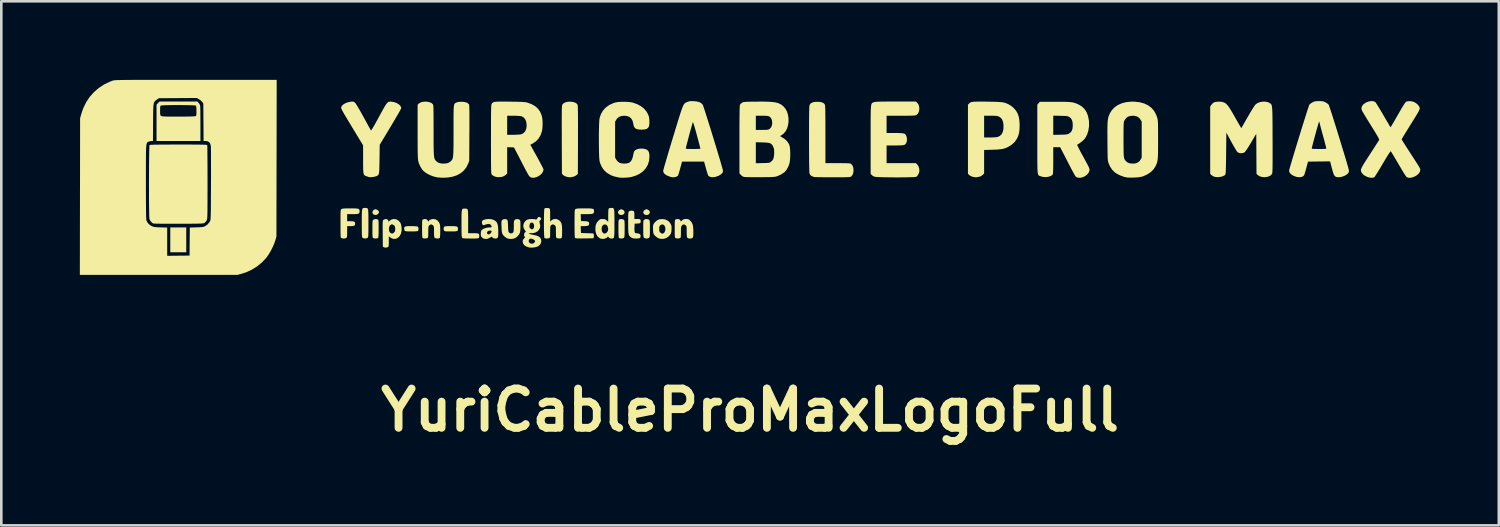
<source format=kicad_pcb>
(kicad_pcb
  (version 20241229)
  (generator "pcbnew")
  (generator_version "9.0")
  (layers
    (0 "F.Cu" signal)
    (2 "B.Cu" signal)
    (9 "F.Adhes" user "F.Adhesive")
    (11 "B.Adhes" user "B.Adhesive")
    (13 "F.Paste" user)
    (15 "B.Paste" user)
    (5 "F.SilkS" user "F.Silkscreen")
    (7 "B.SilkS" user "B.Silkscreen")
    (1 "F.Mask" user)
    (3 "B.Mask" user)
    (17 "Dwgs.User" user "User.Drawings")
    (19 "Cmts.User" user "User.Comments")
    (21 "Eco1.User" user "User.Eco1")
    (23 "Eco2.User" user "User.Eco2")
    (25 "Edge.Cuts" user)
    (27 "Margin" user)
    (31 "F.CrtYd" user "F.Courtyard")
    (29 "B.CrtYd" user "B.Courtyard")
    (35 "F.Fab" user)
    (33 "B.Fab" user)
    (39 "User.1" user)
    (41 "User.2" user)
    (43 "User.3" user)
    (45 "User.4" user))
  (footprint "YuriCableProMaxLogoFull"
    (layer "F.Cu")
    (at 25.604 3.725)
    (property "Reference" "YuriCableProMaxLogoFull" (at 0 8.89 0) (layer "F.SilkS") (effects (font (size 1.5 1.5) (thickness 0.3))))
    (attr board_only exclude_from_pos_files exclude_from_bom)
    (fp_poly (pts (xy -21.539 2.388) (xy -21.539 2.862) (xy -21.844 2.862) (xy -22.149 2.862) (xy -22.149 2.388) (xy -22.149 1.913) (xy -21.844 1.913) (xy -21.539 1.913)) (stroke (width 0) (type solid)) (fill yes) (layer "F.SilkS"))
    (fp_poly (pts (xy -4.871 1.232) (xy -4.827 1.264) (xy -4.798 1.305) (xy -4.792 1.33) (xy -4.807 1.382) (xy -4.848 1.421) (xy -4.906 1.439) (xy -4.919 1.439) (xy -4.979 1.427) (xy -5.012 1.405) (xy -5.038 1.366) (xy -5.046 1.33) (xy -5.031 1.288) (xy -4.995 1.25) (xy -4.948 1.224) (xy -4.919 1.219)) (stroke (width 0) (type solid)) (fill yes) (layer "F.SilkS"))
    (fp_poly (pts (xy -3.906 1.232) (xy -3.862 1.264) (xy -3.833 1.305) (xy -3.827 1.33) (xy -3.842 1.382) (xy -3.883 1.421) (xy -3.941 1.439) (xy -3.954 1.439) (xy -4.014 1.427) (xy -4.047 1.405) (xy -4.073 1.366) (xy -4.081 1.33) (xy -4.066 1.288) (xy -4.03 1.25) (xy -3.983 1.224) (xy -3.954 1.219)) (stroke (width 0) (type solid)) (fill yes) (layer "F.SilkS"))
    (fp_poly (pts (xy -14.261 1.231) (xy -14.217 1.26) (xy -14.184 1.296) (xy -14.173 1.326) (xy -14.183 1.355) (xy -14.207 1.393) (xy -14.208 1.395) (xy -14.256 1.43) (xy -14.315 1.439) (xy -14.376 1.421) (xy -14.39 1.413) (xy -14.421 1.374) (xy -14.426 1.327) (xy -14.41 1.28) (xy -14.375 1.242) (xy -14.325 1.221) (xy -14.305 1.219)) (stroke (width 0) (type solid)) (fill yes) (layer "F.SilkS"))
    (fp_poly (pts (xy -11.334 1.864) (xy -11.26 1.868) (xy -11.21 1.878) (xy -11.18 1.895) (xy -11.164 1.92) (xy -11.159 1.956) (xy -11.159 1.971) (xy -11.161 2.006) (xy -11.171 2.032) (xy -11.192 2.049) (xy -11.231 2.059) (xy -11.291 2.064) (xy -11.378 2.066) (xy -11.433 2.066) (xy -11.526 2.066) (xy -11.591 2.064) (xy -11.634 2.061) (xy -11.661 2.055) (xy -11.678 2.045) (xy -11.69 2.03) (xy -11.693 2.024) (xy -11.711 1.969) (xy -11.697 1.911) (xy -11.68 1.884) (xy -11.659 1.874) (xy -11.614 1.868) (xy -11.541 1.864) (xy -11.438 1.863)) (stroke (width 0) (type solid)) (fill yes) (layer "F.SilkS"))
    (fp_poly (pts (xy -12.865 1.864) (xy -12.79 1.868) (xy -12.733 1.873) (xy -12.701 1.879) (xy -12.699 1.88) (xy -12.677 1.909) (xy -12.666 1.955) (xy -12.668 2.004) (xy -12.684 2.042) (xy -12.686 2.046) (xy -12.712 2.055) (xy -12.769 2.062) (xy -12.857 2.065) (xy -12.938 2.066) (xy -13.035 2.065) (xy -13.104 2.063) (xy -13.149 2.058) (xy -13.177 2.051) (xy -13.192 2.04) (xy -13.192 2.04) (xy -13.208 2.004) (xy -13.214 1.964) (xy -13.211 1.926) (xy -13.2 1.898) (xy -13.177 1.88) (xy -13.135 1.869) (xy -13.07 1.864) (xy -12.977 1.863) (xy -12.951 1.863)) (stroke (width 0) (type solid)) (fill yes) (layer "F.SilkS"))
    (fp_poly (pts (xy -14.223 1.609) (xy -14.212 1.617) (xy -14.203 1.63) (xy -14.197 1.654) (xy -14.194 1.691) (xy -14.191 1.748) (xy -14.19 1.829) (xy -14.19 1.938) (xy -14.19 1.961) (xy -14.191 2.091) (xy -14.193 2.189) (xy -14.197 2.257) (xy -14.203 2.3) (xy -14.21 2.316) (xy -14.242 2.33) (xy -14.292 2.336) (xy -14.347 2.333) (xy -14.391 2.322) (xy -14.398 2.319) (xy -14.408 2.31) (xy -14.415 2.293) (xy -14.421 2.266) (xy -14.424 2.221) (xy -14.426 2.156) (xy -14.427 2.065) (xy -14.427 1.973) (xy -14.427 1.86) (xy -14.426 1.775) (xy -14.424 1.716) (xy -14.421 1.675) (xy -14.415 1.649) (xy -14.407 1.633) (xy -14.396 1.622) (xy -14.39 1.618) (xy -14.332 1.595) (xy -14.266 1.595)) (stroke (width 0) (type solid)) (fill yes) (layer "F.SilkS"))
    (fp_poly (pts (xy -4.87 1.6) (xy -4.83 1.618) (xy -4.817 1.629) (xy -4.807 1.642) (xy -4.8 1.663) (xy -4.796 1.698) (xy -4.794 1.749) (xy -4.792 1.824) (xy -4.792 1.926) (xy -4.792 1.964) (xy -4.793 2.079) (xy -4.794 2.165) (xy -4.797 2.226) (xy -4.801 2.267) (xy -4.808 2.293) (xy -4.817 2.309) (xy -4.819 2.31) (xy -4.854 2.328) (xy -4.906 2.336) (xy -4.96 2.334) (xy -5.001 2.322) (xy -5.009 2.316) (xy -5.017 2.296) (xy -5.022 2.251) (xy -5.026 2.179) (xy -5.029 2.078) (xy -5.029 1.961) (xy -5.029 1.847) (xy -5.028 1.761) (xy -5.026 1.7) (xy -5.023 1.659) (xy -5.017 1.634) (xy -5.009 1.619) (xy -4.999 1.611) (xy -4.996 1.609) (xy -4.936 1.593)) (stroke (width 0) (type solid)) (fill yes) (layer "F.SilkS"))
    (fp_poly (pts (xy -3.903 1.601) (xy -3.865 1.618) (xy -3.851 1.629) (xy -3.842 1.642) (xy -3.835 1.663) (xy -3.831 1.698) (xy -3.828 1.75) (xy -3.827 1.824) (xy -3.827 1.927) (xy -3.827 1.963) (xy -3.827 2.075) (xy -3.828 2.159) (xy -3.831 2.218) (xy -3.835 2.258) (xy -3.841 2.284) (xy -3.85 2.3) (xy -3.858 2.309) (xy -3.902 2.33) (xy -3.959 2.337) (xy -4.015 2.328) (xy -4.053 2.306) (xy -4.063 2.29) (xy -4.07 2.267) (xy -4.075 2.229) (xy -4.079 2.174) (xy -4.08 2.096) (xy -4.081 1.989) (xy -4.081 1.96) (xy -4.081 1.849) (xy -4.08 1.767) (xy -4.078 1.71) (xy -4.074 1.671) (xy -4.068 1.647) (xy -4.059 1.632) (xy -4.047 1.621) (xy -4.043 1.618) (xy -3.998 1.598) (xy -3.954 1.592)) (stroke (width 0) (type solid)) (fill yes) (layer "F.SilkS"))
    (fp_poly (pts (xy -14.707 1.168) (xy -14.673 1.169) (xy -14.645 1.171) (xy -14.624 1.179) (xy -14.608 1.197) (xy -14.596 1.227) (xy -14.588 1.272) (xy -14.583 1.337) (xy -14.581 1.424) (xy -14.58 1.537) (xy -14.58 1.679) (xy -14.58 1.751) (xy -14.58 1.9) (xy -14.58 2.018) (xy -14.581 2.11) (xy -14.583 2.179) (xy -14.586 2.229) (xy -14.59 2.263) (xy -14.595 2.285) (xy -14.602 2.3) (xy -14.611 2.309) (xy -14.654 2.33) (xy -14.712 2.337) (xy -14.767 2.328) (xy -14.806 2.306) (xy -14.814 2.294) (xy -14.82 2.275) (xy -14.825 2.246) (xy -14.828 2.203) (xy -14.831 2.143) (xy -14.832 2.061) (xy -14.833 1.954) (xy -14.834 1.818) (xy -14.834 1.748) (xy -14.834 1.593) (xy -14.833 1.468) (xy -14.831 1.371) (xy -14.827 1.297) (xy -14.821 1.244) (xy -14.811 1.208) (xy -14.796 1.185) (xy -14.777 1.174) (xy -14.752 1.169) (xy -14.721 1.168)) (stroke (width 0) (type solid)) (fill yes) (layer "F.SilkS"))
    (fp_poly (pts (xy -6.784 -2.883) (xy -6.702 -2.862) (xy -6.635 -2.827) (xy -6.593 -2.779) (xy -6.592 -2.777) (xy -6.587 -2.762) (xy -6.584 -2.732) (xy -6.581 -2.687) (xy -6.578 -2.623) (xy -6.577 -2.54) (xy -6.575 -2.434) (xy -6.574 -2.305) (xy -6.574 -2.151) (xy -6.573 -1.968) (xy -6.574 -1.756) (xy -6.574 -1.513) (xy -6.574 -1.434) (xy -6.579 -0.133) (xy -6.632 -0.085) (xy -6.69 -0.048) (xy -6.763 -0.021) (xy -6.772 -0.019) (xy -6.845 -0.005) (xy -6.903 -0.003) (xy -6.962 -0.011) (xy -7.016 -0.024) (xy -7.075 -0.047) (xy -7.128 -0.078) (xy -7.143 -0.091) (xy -7.188 -0.136) (xy -7.193 -1.435) (xy -7.193 -1.676) (xy -7.194 -1.885) (xy -7.194 -2.065) (xy -7.194 -2.218) (xy -7.194 -2.346) (xy -7.193 -2.452) (xy -7.192 -2.539) (xy -7.191 -2.607) (xy -7.189 -2.661) (xy -7.186 -2.701) (xy -7.183 -2.731) (xy -7.179 -2.753) (xy -7.174 -2.769) (xy -7.168 -2.781) (xy -7.164 -2.789) (xy -7.117 -2.835) (xy -7.048 -2.868) (xy -6.965 -2.887) (xy -6.874 -2.892)) (stroke (width 0) (type solid)) (fill yes) (layer "F.SilkS"))
    (fp_poly (pts (xy -10.897 1.194) (xy -10.86 1.194) (xy -10.831 1.197) (xy -10.809 1.207) (xy -10.793 1.227) (xy -10.782 1.261) (xy -10.775 1.312) (xy -10.772 1.384) (xy -10.77 1.481) (xy -10.77 1.606) (xy -10.77 1.687) (xy -10.77 2.134) (xy -10.578 2.134) (xy -10.485 2.135) (xy -10.421 2.139) (xy -10.38 2.15) (xy -10.357 2.168) (xy -10.348 2.197) (xy -10.346 2.229) (xy -10.347 2.266) (xy -10.35 2.294) (xy -10.362 2.313) (xy -10.386 2.326) (xy -10.428 2.333) (xy -10.49 2.336) (xy -10.579 2.337) (xy -10.669 2.337) (xy -10.78 2.336) (xy -10.863 2.335) (xy -10.921 2.332) (xy -10.96 2.327) (xy -10.984 2.319) (xy -10.997 2.31) (xy -11.005 2.299) (xy -11.011 2.279) (xy -11.015 2.248) (xy -11.019 2.202) (xy -11.021 2.137) (xy -11.023 2.049) (xy -11.023 1.935) (xy -11.024 1.792) (xy -11.024 1.762) (xy -11.024 1.608) (xy -11.023 1.485) (xy -11.021 1.389) (xy -11.017 1.317) (xy -11.011 1.265) (xy -11.001 1.23) (xy -10.986 1.209) (xy -10.967 1.198) (xy -10.942 1.194) (xy -10.91 1.194)) (stroke (width 0) (type solid)) (fill yes) (layer "F.SilkS"))
    (fp_poly (pts (xy -3.334 1.595) (xy -3.223 1.614) (xy -3.133 1.661) (xy -3.062 1.734) (xy -3.035 1.778) (xy -3.014 1.822) (xy -3.003 1.863) (xy -2.999 1.913) (xy -3.001 1.984) (xy -3.001 1.991) (xy -3.006 2.065) (xy -3.015 2.116) (xy -3.031 2.157) (xy -3.058 2.198) (xy -3.132 2.275) (xy -3.223 2.327) (xy -3.323 2.352) (xy -3.427 2.348) (xy -3.522 2.316) (xy -3.58 2.277) (xy -3.635 2.228) (xy -3.648 2.212) (xy -3.674 2.177) (xy -3.69 2.143) (xy -3.699 2.1) (xy -3.704 2.038) (xy -3.706 2.005) (xy -3.707 1.968) (xy -3.471 1.968) (xy -3.469 2.03) (xy -3.459 2.07) (xy -3.438 2.101) (xy -3.43 2.109) (xy -3.385 2.143) (xy -3.342 2.149) (xy -3.311 2.14) (xy -3.278 2.112) (xy -3.251 2.061) (xy -3.236 2) (xy -3.234 1.973) (xy -3.245 1.897) (xy -3.273 1.841) (xy -3.313 1.806) (xy -3.362 1.797) (xy -3.414 1.817) (xy -3.432 1.832) (xy -3.455 1.86) (xy -3.467 1.896) (xy -3.471 1.952) (xy -3.471 1.968) (xy -3.707 1.968) (xy -3.708 1.915) (xy -3.705 1.85) (xy -3.693 1.802) (xy -3.672 1.761) (xy -3.638 1.719) (xy -3.638 1.718) (xy -3.562 1.649) (xy -3.48 1.608) (xy -3.383 1.594)) (stroke (width 0) (type solid)) (fill yes) (layer "F.SilkS"))
    (fp_poly (pts (xy -4.465 1.282) (xy -4.452 1.288) (xy -4.436 1.3) (xy -4.426 1.323) (xy -4.421 1.362) (xy -4.42 1.426) (xy -4.42 1.448) (xy -4.42 1.592) (xy -4.309 1.592) (xy -4.249 1.593) (xy -4.214 1.598) (xy -4.195 1.61) (xy -4.183 1.632) (xy -4.183 1.634) (xy -4.176 1.693) (xy -4.182 1.718) (xy -4.195 1.741) (xy -4.215 1.754) (xy -4.254 1.761) (xy -4.305 1.764) (xy -4.411 1.77) (xy -4.416 1.897) (xy -4.418 1.967) (xy -4.416 2.031) (xy -4.412 2.075) (xy -4.412 2.076) (xy -4.403 2.108) (xy -4.386 2.125) (xy -4.35 2.134) (xy -4.318 2.137) (xy -4.247 2.15) (xy -4.205 2.174) (xy -4.185 2.212) (xy -4.183 2.242) (xy -4.187 2.286) (xy -4.204 2.314) (xy -4.24 2.329) (xy -4.3 2.336) (xy -4.353 2.337) (xy -4.426 2.335) (xy -4.477 2.327) (xy -4.517 2.312) (xy -4.54 2.298) (xy -4.574 2.274) (xy -4.601 2.248) (xy -4.621 2.217) (xy -4.636 2.176) (xy -4.646 2.121) (xy -4.652 2.048) (xy -4.655 1.952) (xy -4.656 1.83) (xy -4.657 1.734) (xy -4.656 1.605) (xy -4.656 1.506) (xy -4.654 1.432) (xy -4.651 1.379) (xy -4.647 1.344) (xy -4.641 1.321) (xy -4.633 1.306) (xy -4.626 1.298) (xy -4.581 1.277) (xy -4.522 1.271)) (stroke (width 0) (type solid)) (fill yes) (layer "F.SilkS"))
    (fp_poly (pts (xy -15.153 1.186) (xy -15.065 1.188) (xy -15.002 1.194) (xy -14.96 1.204) (xy -14.935 1.221) (xy -14.923 1.244) (xy -14.919 1.276) (xy -14.918 1.295) (xy -14.921 1.337) (xy -14.933 1.367) (xy -14.96 1.387) (xy -15.005 1.398) (xy -15.073 1.404) (xy -15.171 1.405) (xy -15.182 1.405) (xy -15.392 1.405) (xy -15.392 1.541) (xy -15.392 1.676) (xy -15.26 1.676) (xy -15.181 1.679) (xy -15.129 1.689) (xy -15.1 1.708) (xy -15.089 1.739) (xy -15.088 1.757) (xy -15.092 1.806) (xy -15.109 1.837) (xy -15.144 1.854) (xy -15.203 1.862) (xy -15.258 1.863) (xy -15.392 1.863) (xy -15.392 2.073) (xy -15.393 2.166) (xy -15.396 2.231) (xy -15.402 2.274) (xy -15.411 2.3) (xy -15.419 2.31) (xy -15.455 2.328) (xy -15.509 2.336) (xy -15.567 2.333) (xy -15.614 2.32) (xy -15.617 2.319) (xy -15.625 2.311) (xy -15.632 2.299) (xy -15.637 2.276) (xy -15.641 2.241) (xy -15.643 2.19) (xy -15.645 2.118) (xy -15.646 2.023) (xy -15.646 1.901) (xy -15.646 1.77) (xy -15.646 1.622) (xy -15.646 1.504) (xy -15.645 1.413) (xy -15.644 1.344) (xy -15.641 1.295) (xy -15.637 1.261) (xy -15.632 1.24) (xy -15.625 1.226) (xy -15.616 1.217) (xy -15.609 1.212) (xy -15.589 1.202) (xy -15.558 1.195) (xy -15.511 1.19) (xy -15.443 1.187) (xy -15.35 1.186) (xy -15.271 1.185)) (stroke (width 0) (type solid)) (fill yes) (layer "F.SilkS"))
    (fp_poly (pts (xy -6.203 1.186) (xy -6.113 1.188) (xy -6.048 1.194) (xy -6.005 1.203) (xy -5.979 1.219) (xy -5.966 1.241) (xy -5.961 1.272) (xy -5.961 1.294) (xy -5.964 1.335) (xy -5.977 1.365) (xy -6.004 1.385) (xy -6.05 1.397) (xy -6.12 1.403) (xy -6.217 1.405) (xy -6.246 1.405) (xy -6.47 1.405) (xy -6.465 1.537) (xy -6.46 1.668) (xy -6.325 1.673) (xy -6.243 1.679) (xy -6.19 1.691) (xy -6.16 1.714) (xy -6.148 1.75) (xy -6.147 1.772) (xy -6.154 1.813) (xy -6.18 1.84) (xy -6.227 1.856) (xy -6.302 1.862) (xy -6.335 1.863) (xy -6.47 1.863) (xy -6.465 1.994) (xy -6.46 2.125) (xy -6.223 2.134) (xy -5.987 2.142) (xy -5.97 2.189) (xy -5.964 2.256) (xy -5.97 2.282) (xy -5.987 2.328) (xy -6.326 2.333) (xy -6.452 2.334) (xy -6.548 2.333) (xy -6.616 2.331) (xy -6.66 2.326) (xy -6.682 2.319) (xy -6.685 2.317) (xy -6.691 2.301) (xy -6.696 2.266) (xy -6.7 2.209) (xy -6.703 2.128) (xy -6.705 2.02) (xy -6.705 1.882) (xy -6.706 1.767) (xy -6.706 1.619) (xy -6.705 1.502) (xy -6.704 1.411) (xy -6.703 1.343) (xy -6.7 1.294) (xy -6.697 1.261) (xy -6.691 1.239) (xy -6.684 1.226) (xy -6.675 1.217) (xy -6.668 1.212) (xy -6.648 1.202) (xy -6.618 1.195) (xy -6.572 1.19) (xy -6.505 1.187) (xy -6.413 1.186) (xy -6.322 1.185)) (stroke (width 0) (type solid)) (fill yes) (layer "F.SilkS"))
    (fp_poly (pts (xy -9.299 1.608) (xy -9.287 1.616) (xy -9.273 1.629) (xy -9.263 1.651) (xy -9.256 1.686) (xy -9.251 1.74) (xy -9.247 1.821) (xy -9.246 1.864) (xy -9.242 1.955) (xy -9.238 2.018) (xy -9.233 2.06) (xy -9.224 2.087) (xy -9.212 2.104) (xy -9.195 2.119) (xy -9.193 2.121) (xy -9.139 2.144) (xy -9.086 2.133) (xy -9.051 2.106) (xy -9.04 2.087) (xy -9.032 2.053) (xy -9.028 2) (xy -9.026 1.92) (xy -9.025 1.87) (xy -9.025 1.78) (xy -9.023 1.718) (xy -9.018 1.677) (xy -9.01 1.65) (xy -8.997 1.632) (xy -8.992 1.626) (xy -8.943 1.599) (xy -8.882 1.593) (xy -8.823 1.61) (xy -8.809 1.618) (xy -8.793 1.632) (xy -8.782 1.65) (xy -8.776 1.678) (xy -8.773 1.725) (xy -8.772 1.795) (xy -8.772 1.842) (xy -8.773 1.928) (xy -8.777 2.007) (xy -8.783 2.071) (xy -8.789 2.104) (xy -8.825 2.18) (xy -8.884 2.252) (xy -8.956 2.31) (xy -8.977 2.321) (xy -9.046 2.344) (xy -9.13 2.353) (xy -9.213 2.348) (xy -9.282 2.329) (xy -9.288 2.326) (xy -9.336 2.295) (xy -9.384 2.257) (xy -9.387 2.254) (xy -9.426 2.214) (xy -9.454 2.174) (xy -9.473 2.126) (xy -9.485 2.063) (xy -9.492 1.979) (xy -9.496 1.886) (xy -9.499 1.795) (xy -9.499 1.731) (xy -9.497 1.688) (xy -9.491 1.661) (xy -9.48 1.642) (xy -9.468 1.628) (xy -9.418 1.599) (xy -9.357 1.593)) (stroke (width 0) (type solid)) (fill yes) (layer "F.SilkS"))
    (fp_poly (pts (xy -13.529 1.6) (xy -13.449 1.639) (xy -13.379 1.707) (xy -13.366 1.724) (xy -13.337 1.79) (xy -13.318 1.877) (xy -13.311 1.974) (xy -13.315 2.052) (xy -13.34 2.155) (xy -13.384 2.239) (xy -13.444 2.302) (xy -13.515 2.341) (xy -13.592 2.354) (xy -13.672 2.338) (xy -13.75 2.292) (xy -13.763 2.281) (xy -13.801 2.246) (xy -13.801 2.442) (xy -13.802 2.536) (xy -13.806 2.6) (xy -13.814 2.639) (xy -13.823 2.656) (xy -13.873 2.679) (xy -13.934 2.685) (xy -13.987 2.671) (xy -14.029 2.649) (xy -14.034 2.15) (xy -14.035 2.007) (xy -14.036 1.935) (xy -13.796 1.935) (xy -13.795 2.017) (xy -13.775 2.083) (xy -13.736 2.125) (xy -13.727 2.13) (xy -13.683 2.147) (xy -13.648 2.142) (xy -13.607 2.113) (xy -13.604 2.11) (xy -13.576 2.082) (xy -13.562 2.049) (xy -13.557 1.999) (xy -13.556 1.976) (xy -13.559 1.915) (xy -13.57 1.874) (xy -13.594 1.84) (xy -13.596 1.839) (xy -13.647 1.802) (xy -13.698 1.797) (xy -13.744 1.82) (xy -13.778 1.868) (xy -13.796 1.935) (xy -14.036 1.935) (xy -14.036 1.894) (xy -14.036 1.807) (xy -14.035 1.743) (xy -14.032 1.697) (xy -14.028 1.666) (xy -14.023 1.646) (xy -14.015 1.633) (xy -14.005 1.624) (xy -14.002 1.621) (xy -13.955 1.598) (xy -13.903 1.593) (xy -13.857 1.606) (xy -13.825 1.634) (xy -13.818 1.663) (xy -13.818 1.699) (xy -13.78 1.665) (xy -13.7 1.612) (xy -13.614 1.591)) (stroke (width 0) (type solid)) (fill yes) (layer "F.SilkS"))
    (fp_poly (pts (xy -12.012 1.605) (xy -11.942 1.646) (xy -11.885 1.718) (xy -11.87 1.746) (xy -11.856 1.777) (xy -11.847 1.812) (xy -11.841 1.859) (xy -11.838 1.923) (xy -11.836 2.012) (xy -11.836 2.053) (xy -11.838 2.166) (xy -11.842 2.247) (xy -11.849 2.297) (xy -11.857 2.316) (xy -11.891 2.332) (xy -11.942 2.337) (xy -11.997 2.331) (xy -12.039 2.317) (xy -12.047 2.31) (xy -12.059 2.292) (xy -12.066 2.26) (xy -12.071 2.21) (xy -12.073 2.135) (xy -12.073 2.076) (xy -12.074 1.988) (xy -12.076 1.928) (xy -12.08 1.888) (xy -12.088 1.862) (xy -12.101 1.843) (xy -12.113 1.832) (xy -12.163 1.8) (xy -12.213 1.802) (xy -12.257 1.834) (xy -12.272 1.853) (xy -12.283 1.876) (xy -12.289 1.909) (xy -12.292 1.958) (xy -12.293 2.032) (xy -12.294 2.088) (xy -12.294 2.177) (xy -12.296 2.238) (xy -12.3 2.278) (xy -12.307 2.301) (xy -12.318 2.314) (xy -12.326 2.319) (xy -12.37 2.332) (xy -12.424 2.336) (xy -12.476 2.331) (xy -12.509 2.317) (xy -12.51 2.316) (xy -12.518 2.296) (xy -12.524 2.251) (xy -12.528 2.179) (xy -12.53 2.078) (xy -12.531 1.961) (xy -12.53 1.847) (xy -12.53 1.761) (xy -12.528 1.7) (xy -12.524 1.659) (xy -12.519 1.634) (xy -12.511 1.619) (xy -12.5 1.611) (xy -12.498 1.609) (xy -12.443 1.592) (xy -12.388 1.594) (xy -12.342 1.613) (xy -12.314 1.645) (xy -12.31 1.664) (xy -12.307 1.69) (xy -12.296 1.684) (xy -12.289 1.676) (xy -12.229 1.622) (xy -12.151 1.596) (xy -12.096 1.592)) (stroke (width 0) (type solid)) (fill yes) (layer "F.SilkS"))
    (fp_poly (pts (xy -21.066 -2.845) (xy -21.032 -2.798) (xy -21.01 -2.749) (xy -21.008 -2.742) (xy -21.006 -2.713) (xy -21.003 -2.655) (xy -21.001 -2.57) (xy -21 -2.465) (xy -20.999 -2.341) (xy -20.998 -2.204) (xy -20.997 -2.058) (xy -20.997 -2.038) (xy -20.997 -1.389) (xy -21.836 -1.389) (xy -22.674 -1.389) (xy -22.674 -2.084) (xy -22.674 -2.549) (xy -22.538 -2.549) (xy -22.538 -2.469) (xy -22.535 -2.416) (xy -22.529 -2.383) (xy -22.519 -2.362) (xy -22.503 -2.348) (xy -22.501 -2.346) (xy -22.487 -2.339) (xy -22.465 -2.334) (xy -22.432 -2.329) (xy -22.385 -2.326) (xy -22.319 -2.323) (xy -22.233 -2.321) (xy -22.122 -2.32) (xy -21.983 -2.32) (xy -21.85 -2.32) (xy -21.694 -2.32) (xy -21.554 -2.322) (xy -21.432 -2.324) (xy -21.331 -2.326) (xy -21.255 -2.33) (xy -21.207 -2.334) (xy -21.193 -2.336) (xy -21.174 -2.345) (xy -21.162 -2.357) (xy -21.154 -2.38) (xy -21.151 -2.419) (xy -21.15 -2.482) (xy -21.15 -2.536) (xy -21.152 -2.634) (xy -21.158 -2.702) (xy -21.168 -2.737) (xy -21.17 -2.74) (xy -21.192 -2.745) (xy -21.243 -2.749) (xy -21.318 -2.753) (xy -21.414 -2.756) (xy -21.526 -2.758) (xy -21.649 -2.76) (xy -21.778 -2.761) (xy -21.909 -2.761) (xy -22.038 -2.761) (xy -22.161 -2.759) (xy -22.271 -2.757) (xy -22.365 -2.754) (xy -22.439 -2.751) (xy -22.488 -2.747) (xy -22.506 -2.743) (xy -22.52 -2.731) (xy -22.53 -2.712) (xy -22.535 -2.678) (xy -22.538 -2.623) (xy -22.538 -2.549) (xy -22.674 -2.549) (xy -22.674 -2.78) (xy -22.616 -2.838) (xy -22.559 -2.896) (xy -21.836 -2.896) (xy -21.113 -2.896)) (stroke (width 0) (type solid)) (fill yes) (layer "F.SilkS"))
    (fp_poly (pts (xy -9.884 1.599) (xy -9.798 1.625) (xy -9.788 1.63) (xy -9.731 1.664) (xy -9.688 1.704) (xy -9.658 1.756) (xy -9.637 1.824) (xy -9.625 1.912) (xy -9.62 2.027) (xy -9.619 2.094) (xy -9.62 2.19) (xy -9.626 2.257) (xy -9.639 2.3) (xy -9.662 2.324) (xy -9.696 2.335) (xy -9.737 2.337) (xy -9.792 2.328) (xy -9.834 2.305) (xy -9.855 2.274) (xy -9.855 2.268) (xy -9.868 2.268) (xy -9.901 2.283) (xy -9.935 2.303) (xy -10.024 2.345) (xy -10.109 2.356) (xy -10.186 2.336) (xy -10.232 2.304) (xy -10.263 2.273) (xy -10.28 2.243) (xy -10.286 2.202) (xy -10.287 2.153) (xy -10.285 2.107) (xy -10.051 2.107) (xy -10.041 2.152) (xy -10.011 2.18) (xy -9.97 2.179) (xy -9.924 2.15) (xy -9.914 2.14) (xy -9.879 2.092) (xy -9.873 2.057) (xy -9.895 2.036) (xy -9.924 2.032) (xy -9.988 2.042) (xy -10.032 2.068) (xy -10.051 2.107) (xy -10.285 2.107) (xy -10.284 2.09) (xy -10.274 2.049) (xy -10.254 2.016) (xy -10.246 2.008) (xy -10.192 1.969) (xy -10.115 1.938) (xy -10.026 1.919) (xy -9.954 1.913) (xy -9.904 1.912) (xy -9.88 1.903) (xy -9.872 1.886) (xy -9.872 1.88) (xy -9.887 1.835) (xy -9.925 1.798) (xy -9.973 1.779) (xy -9.986 1.778) (xy -10.03 1.784) (xy -10.087 1.798) (xy -10.115 1.807) (xy -10.164 1.824) (xy -10.191 1.828) (xy -10.208 1.82) (xy -10.221 1.804) (xy -10.238 1.764) (xy -10.245 1.715) (xy -10.241 1.678) (xy -10.224 1.653) (xy -10.186 1.631) (xy -10.173 1.625) (xy -10.085 1.599) (xy -9.985 1.591)) (stroke (width 0) (type solid)) (fill yes) (layer "F.SilkS"))
    (fp_poly (pts (xy -2.389 1.593) (xy -2.351 1.602) (xy -2.318 1.625) (xy -2.276 1.666) (xy -2.235 1.716) (xy -2.206 1.77) (xy -2.186 1.835) (xy -2.174 1.917) (xy -2.168 2.022) (xy -2.167 2.099) (xy -2.169 2.194) (xy -2.175 2.259) (xy -2.189 2.301) (xy -2.213 2.325) (xy -2.25 2.335) (xy -2.294 2.337) (xy -2.343 2.334) (xy -2.377 2.324) (xy -2.4 2.301) (xy -2.413 2.26) (xy -2.419 2.197) (xy -2.421 2.105) (xy -2.421 2.076) (xy -2.422 1.988) (xy -2.424 1.928) (xy -2.428 1.888) (xy -2.436 1.862) (xy -2.449 1.843) (xy -2.461 1.832) (xy -2.512 1.8) (xy -2.56 1.802) (xy -2.605 1.837) (xy -2.607 1.84) (xy -2.621 1.862) (xy -2.631 1.889) (xy -2.638 1.927) (xy -2.641 1.983) (xy -2.642 2.065) (xy -2.642 2.093) (xy -2.642 2.181) (xy -2.644 2.241) (xy -2.648 2.28) (xy -2.656 2.302) (xy -2.668 2.315) (xy -2.674 2.319) (xy -2.724 2.333) (xy -2.785 2.335) (xy -2.839 2.323) (xy -2.849 2.319) (xy -2.859 2.31) (xy -2.867 2.294) (xy -2.872 2.266) (xy -2.876 2.223) (xy -2.878 2.158) (xy -2.878 2.068) (xy -2.879 1.964) (xy -2.878 1.849) (xy -2.878 1.763) (xy -2.876 1.701) (xy -2.872 1.66) (xy -2.867 1.634) (xy -2.859 1.619) (xy -2.849 1.611) (xy -2.846 1.609) (xy -2.792 1.593) (xy -2.738 1.594) (xy -2.691 1.611) (xy -2.663 1.641) (xy -2.659 1.662) (xy -2.656 1.681) (xy -2.645 1.681) (xy -2.619 1.662) (xy -2.599 1.644) (xy -2.558 1.613) (xy -2.518 1.597) (xy -2.466 1.592) (xy -2.443 1.592)) (stroke (width 0) (type solid)) (fill yes) (layer "F.SilkS"))
    (fp_poly (pts (xy -7.716 1.172) (xy -7.671 1.185) (xy -7.67 1.186) (xy -7.657 1.195) (xy -7.648 1.211) (xy -7.642 1.239) (xy -7.639 1.284) (xy -7.637 1.353) (xy -7.637 1.447) (xy -7.637 1.69) (xy -7.584 1.641) (xy -7.519 1.602) (xy -7.442 1.589) (xy -7.364 1.603) (xy -7.304 1.635) (xy -7.259 1.674) (xy -7.226 1.716) (xy -7.203 1.768) (xy -7.189 1.835) (xy -7.182 1.923) (xy -7.18 2.038) (xy -7.18 2.053) (xy -7.181 2.166) (xy -7.185 2.247) (xy -7.192 2.297) (xy -7.2 2.316) (xy -7.233 2.331) (xy -7.283 2.336) (xy -7.338 2.333) (xy -7.382 2.32) (xy -7.384 2.319) (xy -7.398 2.309) (xy -7.407 2.292) (xy -7.413 2.262) (xy -7.416 2.214) (xy -7.417 2.141) (xy -7.417 2.085) (xy -7.417 1.995) (xy -7.419 1.933) (xy -7.423 1.892) (xy -7.431 1.865) (xy -7.442 1.846) (xy -7.456 1.832) (xy -7.508 1.8) (xy -7.561 1.801) (xy -7.603 1.829) (xy -7.617 1.846) (xy -7.627 1.869) (xy -7.633 1.903) (xy -7.636 1.955) (xy -7.637 2.032) (xy -7.637 2.082) (xy -7.637 2.173) (xy -7.639 2.235) (xy -7.643 2.276) (xy -7.65 2.3) (xy -7.661 2.314) (xy -7.67 2.319) (xy -7.713 2.332) (xy -7.768 2.336) (xy -7.819 2.331) (xy -7.853 2.317) (xy -7.854 2.316) (xy -7.86 2.294) (xy -7.865 2.243) (xy -7.869 2.167) (xy -7.872 2.073) (xy -7.874 1.965) (xy -7.875 1.848) (xy -7.875 1.727) (xy -7.875 1.607) (xy -7.873 1.493) (xy -7.871 1.391) (xy -7.867 1.304) (xy -7.863 1.238) (xy -7.857 1.198) (xy -7.854 1.189) (xy -7.821 1.175) (xy -7.77 1.169)) (stroke (width 0) (type solid)) (fill yes) (layer "F.SilkS"))
    (fp_poly (pts (xy 2.685 -2.88) (xy 2.767 -2.858) (xy 2.826 -2.82) (xy 2.857 -2.776) (xy 2.862 -2.759) (xy 2.866 -2.726) (xy 2.869 -2.675) (xy 2.872 -2.604) (xy 2.874 -2.511) (xy 2.875 -2.394) (xy 2.877 -2.251) (xy 2.878 -2.08) (xy 2.878 -1.879) (xy 2.878 -1.647) (xy 2.878 -1.638) (xy 2.879 -0.542) (xy 3.349 -0.542) (xy 3.491 -0.542) (xy 3.603 -0.541) (xy 3.69 -0.539) (xy 3.753 -0.536) (xy 3.799 -0.532) (xy 3.829 -0.527) (xy 3.849 -0.52) (xy 3.857 -0.515) (xy 3.905 -0.464) (xy 3.936 -0.393) (xy 3.951 -0.311) (xy 3.95 -0.225) (xy 3.934 -0.144) (xy 3.902 -0.076) (xy 3.855 -0.028) (xy 3.844 -0.022) (xy 3.823 -0.016) (xy 3.784 -0.011) (xy 3.725 -0.008) (xy 3.644 -0.005) (xy 3.536 -0.003) (xy 3.402 -0.002) (xy 3.237 -0.002) (xy 3.141 -0.002) (xy 2.993 -0.002) (xy 2.855 -0.003) (xy 2.73 -0.005) (xy 2.622 -0.007) (xy 2.535 -0.01) (xy 2.473 -0.012) (xy 2.441 -0.015) (xy 2.438 -0.016) (xy 2.356 -0.048) (xy 2.302 -0.088) (xy 2.272 -0.14) (xy 2.27 -0.148) (xy 2.266 -0.179) (xy 2.263 -0.244) (xy 2.26 -0.341) (xy 2.257 -0.471) (xy 2.255 -0.632) (xy 2.254 -0.823) (xy 2.253 -1.046) (xy 2.252 -1.298) (xy 2.252 -1.461) (xy 2.252 -1.704) (xy 2.253 -1.916) (xy 2.253 -2.098) (xy 2.254 -2.253) (xy 2.255 -2.383) (xy 2.257 -2.49) (xy 2.259 -2.576) (xy 2.261 -2.643) (xy 2.264 -2.693) (xy 2.268 -2.73) (xy 2.272 -2.754) (xy 2.275 -2.766) (xy 2.311 -2.82) (xy 2.369 -2.857) (xy 2.452 -2.879) (xy 2.562 -2.887) (xy 2.574 -2.887)) (stroke (width 0) (type solid)) (fill yes) (layer "F.SilkS"))
    (fp_poly (pts (xy -5.273 1.169) (xy -5.246 1.171) (xy -5.225 1.18) (xy -5.209 1.197) (xy -5.198 1.228) (xy -5.19 1.273) (xy -5.185 1.339) (xy -5.183 1.426) (xy -5.182 1.54) (xy -5.182 1.682) (xy -5.182 1.753) (xy -5.182 1.909) (xy -5.182 2.034) (xy -5.184 2.132) (xy -5.188 2.206) (xy -5.194 2.26) (xy -5.204 2.297) (xy -5.217 2.319) (xy -5.235 2.331) (xy -5.259 2.336) (xy -5.288 2.337) (xy -5.3 2.337) (xy -5.353 2.33) (xy -5.391 2.304) (xy -5.401 2.292) (xy -5.424 2.267) (xy -5.435 2.263) (xy -5.436 2.265) (xy -5.449 2.285) (xy -5.481 2.311) (xy -5.493 2.318) (xy -5.567 2.347) (xy -5.651 2.352) (xy -5.729 2.333) (xy -5.751 2.321) (xy -5.826 2.257) (xy -5.877 2.168) (xy -5.905 2.056) (xy -5.91 1.974) (xy -5.909 1.971) (xy -5.673 1.971) (xy -5.663 2.042) (xy -5.648 2.082) (xy -5.609 2.132) (xy -5.562 2.15) (xy -5.51 2.134) (xy -5.468 2.101) (xy -5.428 2.039) (xy -5.419 1.963) (xy -5.441 1.876) (xy -5.443 1.871) (xy -5.479 1.82) (xy -5.531 1.798) (xy -5.591 1.807) (xy -5.598 1.81) (xy -5.639 1.845) (xy -5.664 1.902) (xy -5.673 1.971) (xy -5.909 1.971) (xy -5.903 1.868) (xy -5.882 1.783) (xy -5.843 1.713) (xy -5.8 1.664) (xy -5.757 1.623) (xy -5.723 1.602) (xy -5.683 1.593) (xy -5.633 1.592) (xy -5.573 1.595) (xy -5.531 1.607) (xy -5.492 1.633) (xy -5.479 1.644) (xy -5.419 1.697) (xy -5.419 1.453) (xy -5.417 1.34) (xy -5.413 1.259) (xy -5.407 1.209) (xy -5.398 1.189) (xy -5.37 1.176) (xy -5.323 1.169) (xy -5.306 1.168)) (stroke (width 0) (type solid)) (fill yes) (layer "F.SilkS"))
    (fp_poly (pts (xy 8.953 -2.893) (xy 9.068 -2.891) (xy 9.23 -2.889) (xy 9.364 -2.886) (xy 9.472 -2.882) (xy 9.559 -2.876) (xy 9.63 -2.869) (xy 9.69 -2.858) (xy 9.742 -2.845) (xy 9.791 -2.827) (xy 9.842 -2.805) (xy 9.887 -2.783) (xy 9.948 -2.747) (xy 10.017 -2.696) (xy 10.076 -2.643) (xy 10.157 -2.549) (xy 10.217 -2.448) (xy 10.259 -2.333) (xy 10.285 -2.2) (xy 10.296 -2.043) (xy 10.297 -1.981) (xy 10.293 -1.843) (xy 10.281 -1.729) (xy 10.259 -1.631) (xy 10.224 -1.537) (xy 10.19 -1.469) (xy 10.112 -1.356) (xy 10.005 -1.255) (xy 9.878 -1.173) (xy 9.806 -1.137) (xy 9.735 -1.11) (xy 9.661 -1.089) (xy 9.577 -1.075) (xy 9.476 -1.064) (xy 9.351 -1.058) (xy 9.258 -1.055) (xy 8.941 -1.046) (xy 8.941 -0.597) (xy 8.941 -0.149) (xy 8.885 -0.094) (xy 8.819 -0.045) (xy 8.741 -0.019) (xy 8.667 -0.006) (xy 8.61 -0.003) (xy 8.552 -0.01) (xy 8.495 -0.024) (xy 8.436 -0.047) (xy 8.383 -0.078) (xy 8.368 -0.091) (xy 8.323 -0.136) (xy 8.323 -1.455) (xy 8.323 -2.354) (xy 8.941 -2.354) (xy 8.941 -1.939) (xy 8.941 -1.524) (xy 9.165 -1.524) (xy 9.255 -1.525) (xy 9.339 -1.529) (xy 9.407 -1.535) (xy 9.451 -1.541) (xy 9.453 -1.542) (xy 9.543 -1.583) (xy 9.611 -1.649) (xy 9.657 -1.741) (xy 9.68 -1.858) (xy 9.681 -1.993) (xy 9.666 -2.111) (xy 9.633 -2.202) (xy 9.583 -2.27) (xy 9.512 -2.318) (xy 9.511 -2.318) (xy 9.478 -2.332) (xy 9.443 -2.342) (xy 9.398 -2.349) (xy 9.338 -2.352) (xy 9.255 -2.354) (xy 9.189 -2.354) (xy 8.941 -2.354) (xy 8.323 -2.354) (xy 8.323 -2.774) (xy 8.364 -2.818) (xy 8.386 -2.839) (xy 8.41 -2.857) (xy 8.441 -2.87) (xy 8.481 -2.88) (xy 8.534 -2.887) (xy 8.605 -2.891) (xy 8.695 -2.893) (xy 8.81 -2.894)) (stroke (width 0) (type solid)) (fill yes) (layer "F.SilkS"))
    (fp_poly (pts (xy -21.614 -1.253) (xy -21.425 -1.253) (xy -21.265 -1.252) (xy -21.132 -1.252) (xy -21.024 -1.25) (xy -20.937 -1.249) (xy -20.869 -1.247) (xy -20.818 -1.245) (xy -20.782 -1.242) (xy -20.759 -1.238) (xy -20.745 -1.233) (xy -20.738 -1.228) (xy -20.737 -1.226) (xy -20.735 -1.206) (xy -20.734 -1.154) (xy -20.732 -1.073) (xy -20.731 -0.966) (xy -20.73 -0.835) (xy -20.729 -0.684) (xy -20.728 -0.514) (xy -20.727 -0.328) (xy -20.727 -0.129) (xy -20.726 0.082) (xy -20.726 0.192) (xy -20.726 0.442) (xy -20.727 0.661) (xy -20.727 0.85) (xy -20.727 1.011) (xy -20.728 1.148) (xy -20.729 1.263) (xy -20.73 1.357) (xy -20.732 1.433) (xy -20.734 1.492) (xy -20.737 1.539) (xy -20.74 1.574) (xy -20.743 1.599) (xy -20.748 1.618) (xy -20.753 1.632) (xy -20.758 1.642) (xy -20.792 1.691) (xy -20.832 1.732) (xy -20.835 1.735) (xy -20.846 1.743) (xy -20.859 1.749) (xy -20.876 1.754) (xy -20.901 1.758) (xy -20.937 1.762) (xy -20.985 1.765) (xy -21.049 1.767) (xy -21.132 1.769) (xy -21.236 1.77) (xy -21.364 1.771) (xy -21.518 1.772) (xy -21.703 1.772) (xy -21.824 1.773) (xy -22.001 1.773) (xy -22.167 1.773) (xy -22.322 1.773) (xy -22.46 1.772) (xy -22.579 1.77) (xy -22.676 1.768) (xy -22.747 1.766) (xy -22.79 1.764) (xy -22.801 1.762) (xy -22.851 1.728) (xy -22.9 1.674) (xy -22.936 1.614) (xy -22.945 1.591) (xy -22.948 1.562) (xy -22.951 1.504) (xy -22.954 1.418) (xy -22.956 1.309) (xy -22.958 1.179) (xy -22.96 1.032) (xy -22.961 0.869) (xy -22.962 0.696) (xy -22.962 0.513) (xy -22.963 0.325) (xy -22.963 0.135) (xy -22.962 -0.054) (xy -22.961 -0.24) (xy -22.96 -0.418) (xy -22.959 -0.587) (xy -22.957 -0.743) (xy -22.955 -0.883) (xy -22.953 -1.003) (xy -22.95 -1.102) (xy -22.947 -1.175) (xy -22.944 -1.219) (xy -22.941 -1.233) (xy -22.929 -1.237) (xy -22.898 -1.241) (xy -22.849 -1.244) (xy -22.779 -1.247) (xy -22.685 -1.249) (xy -22.567 -1.25) (xy -22.423 -1.252) (xy -22.249 -1.252) (xy -22.046 -1.253) (xy -21.834 -1.253)) (stroke (width 0) (type solid)) (fill yes) (layer "F.SilkS"))
    (fp_poly (pts (xy -15.15 -2.891) (xy -15.121 -2.877) (xy -15.09 -2.851) (xy -15.067 -2.822) (xy -15.031 -2.766) (xy -14.982 -2.686) (xy -14.922 -2.584) (xy -14.854 -2.464) (xy -14.779 -2.328) (xy -14.765 -2.303) (xy -14.7 -2.184) (xy -14.64 -2.074) (xy -14.586 -1.977) (xy -14.541 -1.896) (xy -14.507 -1.836) (xy -14.486 -1.799) (xy -14.48 -1.79) (xy -14.469 -1.801) (xy -14.444 -1.839) (xy -14.407 -1.9) (xy -14.359 -1.981) (xy -14.304 -2.079) (xy -14.242 -2.191) (xy -14.18 -2.305) (xy -14.099 -2.454) (xy -14.032 -2.576) (xy -13.977 -2.673) (xy -13.932 -2.749) (xy -13.893 -2.805) (xy -13.86 -2.845) (xy -13.83 -2.871) (xy -13.8 -2.886) (xy -13.769 -2.892) (xy -13.734 -2.893) (xy -13.693 -2.89) (xy -13.593 -2.872) (xy -13.502 -2.839) (xy -13.424 -2.793) (xy -13.366 -2.738) (xy -13.332 -2.679) (xy -13.327 -2.644) (xy -13.335 -2.623) (xy -13.359 -2.576) (xy -13.398 -2.506) (xy -13.449 -2.416) (xy -13.511 -2.31) (xy -13.581 -2.189) (xy -13.659 -2.058) (xy -13.737 -1.927) (xy -14.148 -1.245) (xy -14.156 -0.692) (xy -14.159 -0.534) (xy -14.161 -0.406) (xy -14.164 -0.305) (xy -14.169 -0.228) (xy -14.176 -0.169) (xy -14.186 -0.128) (xy -14.199 -0.098) (xy -14.217 -0.078) (xy -14.24 -0.063) (xy -14.269 -0.049) (xy -14.29 -0.041) (xy -14.347 -0.024) (xy -14.419 -0.012) (xy -14.49 -0.006) (xy -14.547 -0.009) (xy -14.554 -0.01) (xy -14.591 -0.021) (xy -14.642 -0.038) (xy -14.66 -0.045) (xy -14.693 -0.057) (xy -14.718 -0.071) (xy -14.739 -0.089) (xy -14.754 -0.116) (xy -14.766 -0.155) (xy -14.774 -0.209) (xy -14.779 -0.282) (xy -14.781 -0.377) (xy -14.783 -0.498) (xy -14.783 -0.649) (xy -14.783 -0.695) (xy -14.783 -1.222) (xy -15.208 -1.923) (xy -15.306 -2.086) (xy -15.388 -2.222) (xy -15.455 -2.335) (xy -15.509 -2.426) (xy -15.55 -2.499) (xy -15.58 -2.555) (xy -15.601 -2.598) (xy -15.615 -2.629) (xy -15.621 -2.652) (xy -15.622 -2.668) (xy -15.621 -2.675) (xy -15.592 -2.733) (xy -15.536 -2.787) (xy -15.457 -2.833) (xy -15.364 -2.868) (xy -15.26 -2.889) (xy -15.247 -2.89) (xy -15.188 -2.894)) (stroke (width 0) (type solid)) (fill yes) (layer "F.SilkS"))
    (fp_poly (pts (xy 6.382 -2.852) (xy 6.429 -2.793) (xy 6.456 -2.718) (xy 6.466 -2.633) (xy 6.458 -2.548) (xy 6.432 -2.47) (xy 6.39 -2.409) (xy 6.351 -2.379) (xy 6.331 -2.372) (xy 6.303 -2.366) (xy 6.262 -2.362) (xy 6.205 -2.358) (xy 6.128 -2.356) (xy 6.028 -2.355) (xy 5.9 -2.354) (xy 5.758 -2.354) (xy 5.215 -2.354) (xy 5.215 -2.024) (xy 5.215 -1.693) (xy 5.53 -1.693) (xy 5.655 -1.693) (xy 5.751 -1.69) (xy 5.823 -1.684) (xy 5.875 -1.673) (xy 5.912 -1.657) (xy 5.938 -1.634) (xy 5.958 -1.603) (xy 5.967 -1.586) (xy 5.988 -1.514) (xy 5.993 -1.432) (xy 5.982 -1.356) (xy 5.969 -1.321) (xy 5.95 -1.288) (xy 5.93 -1.263) (xy 5.903 -1.245) (xy 5.864 -1.232) (xy 5.81 -1.225) (xy 5.735 -1.221) (xy 5.634 -1.219) (xy 5.542 -1.219) (xy 5.215 -1.219) (xy 5.215 -0.881) (xy 5.215 -0.542) (xy 5.776 -0.542) (xy 6.336 -0.542) (xy 6.384 -0.494) (xy 6.431 -0.426) (xy 6.46 -0.337) (xy 6.468 -0.253) (xy 6.459 -0.192) (xy 6.433 -0.125) (xy 6.398 -0.067) (xy 6.359 -0.027) (xy 6.35 -0.021) (xy 6.321 -0.016) (xy 6.263 -0.011) (xy 6.179 -0.007) (xy 6.075 -0.004) (xy 5.953 -0.001) (xy 5.82 0.000356) (xy 5.678 0.001) (xy 5.532 0.001) (xy 5.387 0.000025) (xy 5.247 -0.002) (xy 5.116 -0.004) (xy 4.998 -0.007) (xy 4.897 -0.011) (xy 4.819 -0.016) (xy 4.767 -0.022) (xy 4.75 -0.025) (xy 4.696 -0.052) (xy 4.65 -0.087) (xy 4.644 -0.093) (xy 4.606 -0.137) (xy 4.606 -1.441) (xy 4.606 -1.689) (xy 4.606 -1.906) (xy 4.606 -2.093) (xy 4.607 -2.253) (xy 4.608 -2.389) (xy 4.61 -2.501) (xy 4.613 -2.593) (xy 4.617 -2.666) (xy 4.622 -2.724) (xy 4.629 -2.768) (xy 4.638 -2.8) (xy 4.649 -2.822) (xy 4.661 -2.838) (xy 4.676 -2.849) (xy 4.693 -2.857) (xy 4.713 -2.864) (xy 4.724 -2.868) (xy 4.744 -2.875) (xy 4.77 -2.88) (xy 4.805 -2.885) (xy 4.852 -2.888) (xy 4.915 -2.891) (xy 4.996 -2.893) (xy 5.098 -2.894) (xy 5.225 -2.895) (xy 5.38 -2.895) (xy 5.562 -2.896) (xy 6.33 -2.896)) (stroke (width 0) (type solid)) (fill yes) (layer "F.SilkS"))
    (fp_poly (pts (xy -8.027 1.524) (xy -8.013 1.533) (xy -7.983 1.562) (xy -7.98 1.591) (xy -8.006 1.629) (xy -8.017 1.642) (xy -8.042 1.67) (xy -8.05 1.693) (xy -8.044 1.725) (xy -8.032 1.761) (xy -8.015 1.851) (xy -8.029 1.935) (xy -8.068 2.009) (xy -8.131 2.07) (xy -8.212 2.112) (xy -8.309 2.131) (xy -8.366 2.131) (xy -8.411 2.131) (xy -8.439 2.135) (xy -8.442 2.137) (xy -8.44 2.153) (xy -8.406 2.169) (xy -8.343 2.186) (xy -8.258 2.202) (xy -8.145 2.228) (xy -8.063 2.267) (xy -8.008 2.32) (xy -7.981 2.388) (xy -7.976 2.438) (xy -7.992 2.517) (xy -8.036 2.585) (xy -8.105 2.637) (xy -8.118 2.643) (xy -8.202 2.669) (xy -8.299 2.683) (xy -8.394 2.684) (xy -8.455 2.675) (xy -8.557 2.638) (xy -8.631 2.587) (xy -8.674 2.521) (xy -8.687 2.451) (xy -8.684 2.428) (xy -8.459 2.428) (xy -8.449 2.474) (xy -8.417 2.511) (xy -8.371 2.533) (xy -8.316 2.535) (xy -8.275 2.521) (xy -8.228 2.484) (xy -8.212 2.445) (xy -8.225 2.406) (xy -8.267 2.373) (xy -8.334 2.348) (xy -8.351 2.345) (xy -8.395 2.34) (xy -8.422 2.352) (xy -8.442 2.378) (xy -8.459 2.428) (xy -8.684 2.428) (xy -8.68 2.396) (xy -8.652 2.353) (xy -8.636 2.337) (xy -8.605 2.305) (xy -8.598 2.286) (xy -8.611 2.269) (xy -8.611 2.269) (xy -8.632 2.232) (xy -8.634 2.181) (xy -8.617 2.13) (xy -8.6 2.106) (xy -8.564 2.067) (xy -8.606 2.017) (xy -8.649 1.942) (xy -8.658 1.894) (xy -8.43 1.894) (xy -8.416 1.929) (xy -8.394 1.953) (xy -8.348 1.984) (xy -8.306 1.982) (xy -8.272 1.949) (xy -8.266 1.937) (xy -8.249 1.874) (xy -8.253 1.813) (xy -8.274 1.764) (xy -8.31 1.733) (xy -8.339 1.727) (xy -8.383 1.739) (xy -8.412 1.778) (xy -8.428 1.844) (xy -8.43 1.894) (xy -8.658 1.894) (xy -8.664 1.86) (xy -8.651 1.778) (xy -8.614 1.703) (xy -8.555 1.642) (xy -8.495 1.61) (xy -8.448 1.599) (xy -8.384 1.593) (xy -8.314 1.592) (xy -8.25 1.596) (xy -8.204 1.605) (xy -8.196 1.608) (xy -8.173 1.614) (xy -8.152 1.599) (xy -8.13 1.566) (xy -8.098 1.522) (xy -8.067 1.509)) (stroke (width 0) (type solid)) (fill yes) (layer "F.SilkS"))
    (fp_poly (pts (xy -4.723 -2.884) (xy -4.614 -2.877) (xy -4.523 -2.864) (xy -4.487 -2.857) (xy -4.318 -2.798) (xy -4.171 -2.72) (xy -4.048 -2.622) (xy -3.953 -2.508) (xy -3.907 -2.426) (xy -3.879 -2.36) (xy -3.861 -2.3) (xy -3.852 -2.233) (xy -3.847 -2.159) (xy -3.847 -2.043) (xy -3.862 -1.956) (xy -3.893 -1.894) (xy -3.946 -1.853) (xy -4.021 -1.831) (xy -4.124 -1.823) (xy -4.149 -1.822) (xy -4.258 -1.828) (xy -4.34 -1.848) (xy -4.397 -1.884) (xy -4.435 -1.939) (xy -4.456 -2.016) (xy -4.46 -2.04) (xy -4.487 -2.155) (xy -4.536 -2.243) (xy -4.607 -2.306) (xy -4.7 -2.343) (xy -4.806 -2.354) (xy -4.918 -2.343) (xy -5.006 -2.31) (xy -5.075 -2.253) (xy -5.11 -2.204) (xy -5.156 -2.125) (xy -5.156 -1.439) (xy -5.156 -0.754) (xy -5.108 -0.672) (xy -5.056 -0.604) (xy -4.991 -0.558) (xy -4.908 -0.533) (xy -4.8 -0.525) (xy -4.698 -0.534) (xy -4.618 -0.561) (xy -4.557 -0.61) (xy -4.511 -0.685) (xy -4.477 -0.788) (xy -4.463 -0.858) (xy -4.449 -0.929) (xy -4.433 -0.977) (xy -4.412 -1.012) (xy -4.389 -1.035) (xy -4.328 -1.071) (xy -4.245 -1.092) (xy -4.152 -1.1) (xy -4.057 -1.093) (xy -3.972 -1.07) (xy -3.944 -1.057) (xy -3.896 -1.018) (xy -3.864 -0.956) (xy -3.847 -0.869) (xy -3.844 -0.79) (xy -3.859 -0.63) (xy -3.905 -0.484) (xy -3.98 -0.353) (xy -4.081 -0.239) (xy -4.208 -0.143) (xy -4.359 -0.068) (xy -4.531 -0.015) (xy -4.559 -0.009) (xy -4.637 0.002) (xy -4.73 0.011) (xy -4.827 0.015) (xy -4.917 0.014) (xy -4.988 0.009) (xy -5.004 0.006) (xy -5.102 -0.014) (xy -5.176 -0.032) (xy -5.235 -0.05) (xy -5.289 -0.071) (xy -5.332 -0.09) (xy -5.471 -0.174) (xy -5.584 -0.28) (xy -5.672 -0.408) (xy -5.734 -0.558) (xy -5.749 -0.613) (xy -5.756 -0.661) (xy -5.762 -0.738) (xy -5.767 -0.841) (xy -5.771 -0.962) (xy -5.773 -1.099) (xy -5.775 -1.247) (xy -5.776 -1.4) (xy -5.776 -1.555) (xy -5.775 -1.706) (xy -5.772 -1.849) (xy -5.769 -1.979) (xy -5.764 -2.091) (xy -5.759 -2.182) (xy -5.752 -2.245) (xy -5.749 -2.265) (xy -5.696 -2.42) (xy -5.616 -2.556) (xy -5.509 -2.671) (xy -5.378 -2.765) (xy -5.224 -2.835) (xy -5.131 -2.863) (xy -5.054 -2.877) (xy -4.953 -2.884) (xy -4.84 -2.887)) (stroke (width 0) (type solid)) (fill yes) (layer "F.SilkS"))
    (fp_poly (pts (xy 19.777 -2.873) (xy 19.837 -2.845) (xy 19.859 -2.832) (xy 19.877 -2.821) (xy 19.894 -2.808) (xy 19.908 -2.792) (xy 19.919 -2.77) (xy 19.929 -2.741) (xy 19.937 -2.701) (xy 19.943 -2.648) (xy 19.948 -2.581) (xy 19.952 -2.496) (xy 19.954 -2.392) (xy 19.956 -2.267) (xy 19.958 -2.117) (xy 19.959 -1.941) (xy 19.959 -1.736) (xy 19.96 -1.5) (xy 19.96 -1.439) (xy 19.961 -1.19) (xy 19.961 -0.973) (xy 19.961 -0.786) (xy 19.961 -0.627) (xy 19.96 -0.495) (xy 19.959 -0.386) (xy 19.957 -0.3) (xy 19.954 -0.234) (xy 19.951 -0.186) (xy 19.948 -0.155) (xy 19.944 -0.138) (xy 19.943 -0.137) (xy 19.896 -0.081) (xy 19.826 -0.04) (xy 19.741 -0.015) (xy 19.647 -0.006) (xy 19.554 -0.014) (xy 19.468 -0.041) (xy 19.4 -0.085) (xy 19.346 -0.133) (xy 19.342 -0.898) (xy 19.337 -1.664) (xy 19.138 -1.329) (xy 19.077 -1.227) (xy 19.02 -1.136) (xy 18.969 -1.058) (xy 18.928 -1) (xy 18.899 -0.965) (xy 18.892 -0.958) (xy 18.83 -0.93) (xy 18.757 -0.921) (xy 18.685 -0.93) (xy 18.626 -0.959) (xy 18.619 -0.965) (xy 18.598 -0.992) (xy 18.564 -1.043) (xy 18.521 -1.116) (xy 18.47 -1.203) (xy 18.415 -1.301) (xy 18.384 -1.357) (xy 18.195 -1.707) (xy 18.186 -0.926) (xy 18.184 -0.725) (xy 18.181 -0.556) (xy 18.178 -0.417) (xy 18.175 -0.307) (xy 18.171 -0.222) (xy 18.167 -0.162) (xy 18.162 -0.124) (xy 18.157 -0.108) (xy 18.119 -0.071) (xy 18.056 -0.041) (xy 17.977 -0.019) (xy 17.889 -0.009) (xy 17.803 -0.01) (xy 17.751 -0.019) (xy 17.692 -0.042) (xy 17.636 -0.077) (xy 17.629 -0.084) (xy 17.577 -0.132) (xy 17.577 -1.418) (xy 17.577 -2.704) (xy 17.615 -2.76) (xy 17.652 -2.807) (xy 17.693 -2.846) (xy 17.697 -2.849) (xy 17.752 -2.874) (xy 17.829 -2.888) (xy 17.92 -2.892) (xy 18.014 -2.884) (xy 18.043 -2.879) (xy 18.095 -2.864) (xy 18.143 -2.842) (xy 18.19 -2.807) (xy 18.237 -2.758) (xy 18.289 -2.691) (xy 18.347 -2.602) (xy 18.415 -2.488) (xy 18.473 -2.387) (xy 18.53 -2.286) (xy 18.585 -2.189) (xy 18.635 -2.102) (xy 18.676 -2.03) (xy 18.705 -1.981) (xy 18.708 -1.976) (xy 18.765 -1.877) (xy 19.005 -2.296) (xy 19.07 -2.408) (xy 19.132 -2.514) (xy 19.189 -2.607) (xy 19.239 -2.686) (xy 19.277 -2.744) (xy 19.303 -2.777) (xy 19.304 -2.779) (xy 19.377 -2.833) (xy 19.47 -2.871) (xy 19.574 -2.891) (xy 19.68 -2.892)) (stroke (width 0) (type solid)) (fill yes) (layer "F.SilkS"))
    (fp_poly (pts (xy -12.328 -2.888) (xy -12.24 -2.869) (xy -12.166 -2.836) (xy -12.117 -2.79) (xy -12.111 -2.779) (xy -12.106 -2.761) (xy -12.102 -2.733) (xy -12.099 -2.694) (xy -12.096 -2.639) (xy -12.094 -2.568) (xy -12.093 -2.476) (xy -12.092 -2.362) (xy -12.091 -2.222) (xy -12.091 -2.055) (xy -12.09 -1.857) (xy -12.09 -1.794) (xy -12.09 -1.576) (xy -12.09 -1.39) (xy -12.089 -1.232) (xy -12.087 -1.099) (xy -12.085 -0.99) (xy -12.081 -0.901) (xy -12.075 -0.83) (xy -12.068 -0.775) (xy -12.059 -0.731) (xy -12.048 -0.698) (xy -12.034 -0.671) (xy -12.018 -0.649) (xy -11.999 -0.629) (xy -11.985 -0.616) (xy -11.92 -0.567) (xy -11.844 -0.538) (xy -11.749 -0.526) (xy -11.709 -0.525) (xy -11.606 -0.532) (xy -11.524 -0.555) (xy -11.456 -0.596) (xy -11.434 -0.616) (xy -11.413 -0.636) (xy -11.394 -0.657) (xy -11.379 -0.681) (xy -11.366 -0.71) (xy -11.356 -0.747) (xy -11.347 -0.794) (xy -11.341 -0.856) (xy -11.336 -0.933) (xy -11.333 -1.029) (xy -11.331 -1.147) (xy -11.329 -1.289) (xy -11.329 -1.458) (xy -11.328 -1.656) (xy -11.328 -1.794) (xy -11.328 -2.004) (xy -11.328 -2.182) (xy -11.328 -2.332) (xy -11.327 -2.456) (xy -11.325 -2.556) (xy -11.322 -2.636) (xy -11.317 -2.699) (xy -11.311 -2.746) (xy -11.303 -2.78) (xy -11.292 -2.804) (xy -11.279 -2.822) (xy -11.263 -2.834) (xy -11.244 -2.845) (xy -11.222 -2.856) (xy -11.222 -2.857) (xy -11.163 -2.876) (xy -11.083 -2.886) (xy -10.994 -2.887) (xy -10.909 -2.878) (xy -10.838 -2.861) (xy -10.826 -2.856) (xy -10.779 -2.828) (xy -10.744 -2.797) (xy -10.737 -2.788) (xy -10.733 -2.77) (xy -10.729 -2.732) (xy -10.726 -2.673) (xy -10.724 -2.59) (xy -10.722 -2.483) (xy -10.722 -2.349) (xy -10.721 -2.186) (xy -10.722 -1.994) (xy -10.722 -1.77) (xy -10.723 -1.693) (xy -10.728 -0.635) (xy -10.767 -0.529) (xy -10.838 -0.384) (xy -10.935 -0.261) (xy -11.055 -0.159) (xy -11.199 -0.08) (xy -11.365 -0.024) (xy -11.55 0.007) (xy -11.726 0.015) (xy -11.807 0.012) (xy -11.889 0.006) (xy -11.955 -0.001) (xy -11.956 -0.001) (xy -12.07 -0.027) (xy -12.189 -0.069) (xy -12.305 -0.124) (xy -12.407 -0.186) (xy -12.485 -0.251) (xy -12.492 -0.257) (xy -12.549 -0.332) (xy -12.604 -0.427) (xy -12.648 -0.528) (xy -12.674 -0.61) (xy -12.679 -0.639) (xy -12.684 -0.675) (xy -12.688 -0.719) (xy -12.691 -0.776) (xy -12.694 -0.847) (xy -12.696 -0.936) (xy -12.698 -1.045) (xy -12.699 -1.177) (xy -12.699 -1.334) (xy -12.7 -1.519) (xy -12.7 -1.735) (xy -12.7 -1.749) (xy -12.7 -2.772) (xy -12.657 -2.816) (xy -12.595 -2.857) (xy -12.514 -2.882) (xy -12.422 -2.893)) (stroke (width 0) (type solid)) (fill yes) (layer "F.SilkS"))
    (fp_poly (pts (xy 11.824 -2.887) (xy 11.965 -2.886) (xy 12.08 -2.883) (xy 12.175 -2.879) (xy 12.252 -2.873) (xy 12.318 -2.863) (xy 12.374 -2.851) (xy 12.427 -2.834) (xy 12.48 -2.814) (xy 12.537 -2.789) (xy 12.543 -2.786) (xy 12.671 -2.71) (xy 12.776 -2.61) (xy 12.856 -2.486) (xy 12.912 -2.339) (xy 12.944 -2.169) (xy 12.947 -2.13) (xy 12.948 -1.953) (xy 12.924 -1.787) (xy 12.876 -1.636) (xy 12.805 -1.505) (xy 12.789 -1.482) (xy 12.747 -1.435) (xy 12.689 -1.382) (xy 12.624 -1.33) (xy 12.562 -1.285) (xy 12.51 -1.256) (xy 12.496 -1.25) (xy 12.499 -1.234) (xy 12.517 -1.191) (xy 12.549 -1.124) (xy 12.595 -1.035) (xy 12.652 -0.926) (xy 12.72 -0.801) (xy 12.726 -0.791) (xy 12.797 -0.662) (xy 12.852 -0.559) (xy 12.895 -0.479) (xy 12.926 -0.417) (xy 12.947 -0.371) (xy 12.96 -0.336) (xy 12.966 -0.309) (xy 12.968 -0.287) (xy 12.966 -0.269) (xy 12.939 -0.189) (xy 12.886 -0.118) (xy 12.813 -0.057) (xy 12.728 -0.012) (xy 12.637 0.014) (xy 12.548 0.016) (xy 12.488 0.001) (xy 12.45 -0.023) (xy 12.427 -0.045) (xy 12.413 -0.067) (xy 12.386 -0.115) (xy 12.347 -0.187) (xy 12.298 -0.277) (xy 12.242 -0.383) (xy 12.181 -0.502) (xy 12.123 -0.614) (xy 11.846 -1.151) (xy 11.714 -1.151) (xy 11.582 -1.151) (xy 11.582 -0.651) (xy 11.582 -0.496) (xy 11.58 -0.364) (xy 11.577 -0.258) (xy 11.573 -0.18) (xy 11.569 -0.132) (xy 11.565 -0.117) (xy 11.524 -0.073) (xy 11.457 -0.04) (xy 11.375 -0.018) (xy 11.283 -0.01) (xy 11.189 -0.017) (xy 11.104 -0.04) (xy 11.08 -0.048) (xy 11.06 -0.055) (xy 11.042 -0.063) (xy 11.026 -0.074) (xy 11.014 -0.09) (xy 11.003 -0.114) (xy 10.994 -0.148) (xy 10.988 -0.194) (xy 10.982 -0.254) (xy 10.978 -0.331) (xy 10.976 -0.426) (xy 10.974 -0.543) (xy 10.973 -0.682) (xy 10.973 -0.847) (xy 10.973 -1.04) (xy 10.973 -1.262) (xy 10.973 -1.46) (xy 10.973 -2.357) (xy 11.582 -2.357) (xy 11.582 -1.99) (xy 11.582 -1.623) (xy 11.849 -1.628) (xy 11.952 -1.631) (xy 12.027 -1.634) (xy 12.08 -1.639) (xy 12.12 -1.646) (xy 12.151 -1.656) (xy 12.18 -1.671) (xy 12.188 -1.675) (xy 12.251 -1.724) (xy 12.294 -1.787) (xy 12.319 -1.87) (xy 12.327 -1.978) (xy 12.327 -1.991) (xy 12.32 -2.104) (xy 12.296 -2.191) (xy 12.255 -2.257) (xy 12.198 -2.305) (xy 12.171 -2.32) (xy 12.144 -2.331) (xy 12.109 -2.339) (xy 12.062 -2.344) (xy 11.996 -2.347) (xy 11.904 -2.35) (xy 11.858 -2.351) (xy 11.582 -2.357) (xy 10.973 -2.357) (xy 10.973 -2.777) (xy 11.022 -2.832) (xy 11.072 -2.887) (xy 11.653 -2.887)) (stroke (width 0) (type solid)) (fill yes) (layer "F.SilkS"))
    (fp_poly (pts (xy 14.698 -2.89) (xy 14.893 -2.867) (xy 15.065 -2.819) (xy 15.213 -2.747) (xy 15.338 -2.651) (xy 15.439 -2.53) (xy 15.516 -2.386) (xy 15.558 -2.264) (xy 15.565 -2.235) (xy 15.571 -2.201) (xy 15.576 -2.16) (xy 15.58 -2.107) (xy 15.583 -2.04) (xy 15.585 -1.955) (xy 15.586 -1.849) (xy 15.587 -1.718) (xy 15.587 -1.559) (xy 15.587 -1.439) (xy 15.587 -1.251) (xy 15.586 -1.093) (xy 15.585 -0.961) (xy 15.582 -0.853) (xy 15.577 -0.764) (xy 15.571 -0.691) (xy 15.562 -0.631) (xy 15.551 -0.579) (xy 15.536 -0.533) (xy 15.518 -0.488) (xy 15.496 -0.441) (xy 15.484 -0.417) (xy 15.408 -0.301) (xy 15.303 -0.198) (xy 15.173 -0.112) (xy 15.021 -0.043) (xy 14.969 -0.026) (xy 14.902 -0.012) (xy 14.812 -0.001) (xy 14.707 0.007) (xy 14.598 0.01) (xy 14.493 0.01) (xy 14.404 0.004) (xy 14.373 -0.000259) (xy 14.27 -0.025) (xy 14.158 -0.066) (xy 14.049 -0.117) (xy 13.957 -0.172) (xy 13.936 -0.188) (xy 13.836 -0.287) (xy 13.753 -0.41) (xy 13.695 -0.542) (xy 13.686 -0.57) (xy 13.678 -0.598) (xy 13.672 -0.63) (xy 13.667 -0.668) (xy 13.663 -0.717) (xy 13.66 -0.78) (xy 13.658 -0.86) (xy 13.656 -0.961) (xy 13.655 -1.086) (xy 13.653 -1.24) (xy 13.652 -1.37) (xy 13.652 -1.448) (xy 14.266 -1.448) (xy 14.266 -1.272) (xy 14.267 -1.126) (xy 14.268 -1.008) (xy 14.271 -0.913) (xy 14.275 -0.838) (xy 14.281 -0.78) (xy 14.29 -0.736) (xy 14.301 -0.701) (xy 14.316 -0.673) (xy 14.333 -0.648) (xy 14.355 -0.623) (xy 14.358 -0.62) (xy 14.416 -0.57) (xy 14.485 -0.54) (xy 14.573 -0.527) (xy 14.614 -0.526) (xy 14.699 -0.53) (xy 14.767 -0.548) (xy 14.8 -0.563) (xy 14.872 -0.614) (xy 14.918 -0.677) (xy 14.961 -0.754) (xy 14.961 -1.439) (xy 14.961 -2.125) (xy 14.918 -2.201) (xy 14.858 -2.277) (xy 14.776 -2.328) (xy 14.674 -2.352) (xy 14.629 -2.354) (xy 14.519 -2.344) (xy 14.432 -2.315) (xy 14.363 -2.262) (xy 14.306 -2.182) (xy 14.303 -2.176) (xy 14.294 -2.158) (xy 14.286 -2.139) (xy 14.28 -2.116) (xy 14.275 -2.084) (xy 14.272 -2.042) (xy 14.27 -1.985) (xy 14.268 -1.91) (xy 14.267 -1.813) (xy 14.266 -1.69) (xy 14.266 -1.54) (xy 14.266 -1.448) (xy 13.652 -1.448) (xy 13.651 -1.566) (xy 13.65 -1.732) (xy 13.651 -1.87) (xy 13.653 -1.985) (xy 13.657 -2.081) (xy 13.663 -2.159) (xy 13.672 -2.224) (xy 13.683 -2.28) (xy 13.697 -2.33) (xy 13.715 -2.377) (xy 13.736 -2.424) (xy 13.744 -2.442) (xy 13.824 -2.572) (xy 13.93 -2.681) (xy 14.06 -2.768) (xy 14.211 -2.833) (xy 14.382 -2.875) (xy 14.571 -2.892)) (stroke (width 0) (type solid)) (fill yes) (layer "F.SilkS"))
    (fp_poly (pts (xy -2.176 -2.911) (xy -2.152 -2.91) (xy -2.026 -2.897) (xy -1.928 -2.869) (xy -1.853 -2.824) (xy -1.81 -2.777) (xy -1.8 -2.754) (xy -1.781 -2.701) (xy -1.754 -2.622) (xy -1.721 -2.52) (xy -1.682 -2.398) (xy -1.638 -2.259) (xy -1.589 -2.106) (xy -1.538 -1.942) (xy -1.485 -1.771) (xy -1.431 -1.595) (xy -1.377 -1.417) (xy -1.323 -1.241) (xy -1.271 -1.07) (xy -1.222 -0.907) (xy -1.176 -0.754) (xy -1.135 -0.616) (xy -1.1 -0.494) (xy -1.071 -0.393) (xy -1.05 -0.315) (xy -1.037 -0.264) (xy -1.033 -0.243) (xy -1.05 -0.182) (xy -1.099 -0.125) (xy -1.179 -0.073) (xy -1.208 -0.058) (xy -1.308 -0.023) (xy -1.403 -0.006) (xy -1.488 -0.009) (xy -1.557 -0.032) (xy -1.594 -0.061) (xy -1.605 -0.086) (xy -1.624 -0.137) (xy -1.646 -0.209) (xy -1.672 -0.294) (xy -1.686 -0.344) (xy -1.757 -0.601) (xy -2.178 -0.601) (xy -2.598 -0.601) (xy -2.669 -0.345) (xy -2.693 -0.256) (xy -2.716 -0.177) (xy -2.735 -0.115) (xy -2.748 -0.077) (xy -2.751 -0.068) (xy -2.782 -0.043) (xy -2.832 -0.02) (xy -2.891 -0.005) (xy -2.933 -0.001) (xy -2.987 -0.007) (xy -3.047 -0.021) (xy -3.056 -0.024) (xy -3.17 -0.067) (xy -3.25 -0.117) (xy -3.299 -0.173) (xy -3.319 -0.237) (xy -3.319 -0.247) (xy -3.314 -0.272) (xy -3.3 -0.326) (xy -3.278 -0.408) (xy -3.247 -0.513) (xy -3.21 -0.641) (xy -3.167 -0.788) (xy -3.119 -0.951) (xy -3.072 -1.109) (xy -2.455 -1.109) (xy -2.451 -1.1) (xy -2.435 -1.093) (xy -2.403 -1.088) (xy -2.35 -1.085) (xy -2.272 -1.084) (xy -2.176 -1.084) (xy -2.083 -1.084) (xy -2.003 -1.086) (xy -1.942 -1.089) (xy -1.905 -1.092) (xy -1.897 -1.095) (xy -1.901 -1.113) (xy -1.913 -1.161) (xy -1.932 -1.232) (xy -1.956 -1.325) (xy -1.985 -1.434) (xy -2.018 -1.556) (xy -2.035 -1.622) (xy -2.078 -1.779) (xy -2.114 -1.904) (xy -2.142 -1.998) (xy -2.163 -2.063) (xy -2.178 -2.099) (xy -2.187 -2.108) (xy -2.188 -2.106) (xy -2.197 -2.079) (xy -2.212 -2.026) (xy -2.234 -1.95) (xy -2.259 -1.858) (xy -2.288 -1.754) (xy -2.318 -1.644) (xy -2.348 -1.532) (xy -2.376 -1.423) (xy -2.403 -1.323) (xy -2.425 -1.237) (xy -2.442 -1.169) (xy -2.453 -1.124) (xy -2.455 -1.109) (xy -3.072 -1.109) (xy -3.066 -1.129) (xy -3.009 -1.317) (xy -2.949 -1.514) (xy -2.946 -1.526) (xy -2.874 -1.76) (xy -2.812 -1.964) (xy -2.758 -2.14) (xy -2.712 -2.29) (xy -2.671 -2.417) (xy -2.637 -2.522) (xy -2.607 -2.608) (xy -2.581 -2.677) (xy -2.558 -2.731) (xy -2.537 -2.772) (xy -2.517 -2.803) (xy -2.497 -2.826) (xy -2.477 -2.842) (xy -2.455 -2.855) (xy -2.43 -2.866) (xy -2.403 -2.878) (xy -2.399 -2.879) (xy -2.352 -2.897) (xy -2.306 -2.908) (xy -2.251 -2.912)) (stroke (width 0) (type solid)) (fill yes) (layer "F.SilkS"))
    (fp_poly (pts (xy -9.358 -2.893) (xy -9.199 -2.892) (xy -9.175 -2.891) (xy -9.014 -2.889) (xy -8.883 -2.887) (xy -8.778 -2.884) (xy -8.695 -2.88) (xy -8.631 -2.876) (xy -8.58 -2.87) (xy -8.54 -2.863) (xy -8.509 -2.855) (xy -8.346 -2.796) (xy -8.212 -2.72) (xy -8.104 -2.624) (xy -8.022 -2.509) (xy -7.963 -2.371) (xy -7.951 -2.328) (xy -7.936 -2.243) (xy -7.927 -2.136) (xy -7.926 -2.019) (xy -7.931 -1.904) (xy -7.943 -1.803) (xy -7.951 -1.763) (xy -8.002 -1.613) (xy -8.079 -1.483) (xy -8.181 -1.375) (xy -8.299 -1.295) (xy -8.394 -1.245) (xy -8.143 -0.789) (xy -8.08 -0.675) (xy -8.023 -0.569) (xy -7.974 -0.475) (xy -7.934 -0.398) (xy -7.906 -0.342) (xy -7.892 -0.309) (xy -7.891 -0.303) (xy -7.907 -0.228) (xy -7.949 -0.156) (xy -8.013 -0.093) (xy -8.091 -0.04) (xy -8.176 -0.003) (xy -8.263 0.015) (xy -8.344 0.011) (xy -8.404 -0.013) (xy -8.423 -0.032) (xy -8.45 -0.068) (xy -8.485 -0.124) (xy -8.53 -0.204) (xy -8.586 -0.308) (xy -8.655 -0.44) (xy -8.673 -0.474) (xy -8.733 -0.592) (xy -8.792 -0.707) (xy -8.847 -0.813) (xy -8.894 -0.904) (xy -8.932 -0.976) (xy -8.956 -1.024) (xy -8.957 -1.024) (xy -9.019 -1.143) (xy -9.149 -1.148) (xy -9.279 -1.153) (xy -9.279 -0.651) (xy -9.279 -0.149) (xy -9.335 -0.093) (xy -9.404 -0.046) (xy -9.492 -0.016) (xy -9.589 -0.006) (xy -9.686 -0.014) (xy -9.776 -0.04) (xy -9.847 -0.085) (xy -9.864 -0.101) (xy -9.87 -0.109) (xy -9.875 -0.118) (xy -9.88 -0.132) (xy -9.884 -0.153) (xy -9.887 -0.182) (xy -9.89 -0.222) (xy -9.892 -0.276) (xy -9.894 -0.345) (xy -9.895 -0.432) (xy -9.896 -0.539) (xy -9.897 -0.669) (xy -9.897 -0.824) (xy -9.897 -1.006) (xy -9.898 -1.217) (xy -9.898 -1.454) (xy -9.897 -1.696) (xy -9.897 -1.908) (xy -9.897 -2.089) (xy -9.897 -2.244) (xy -9.896 -2.354) (xy -9.279 -2.354) (xy -9.279 -1.99) (xy -9.279 -1.626) (xy -9.047 -1.626) (xy -8.955 -1.627) (xy -8.869 -1.631) (xy -8.799 -1.636) (xy -8.752 -1.643) (xy -8.747 -1.644) (xy -8.663 -1.684) (xy -8.598 -1.75) (xy -8.556 -1.839) (xy -8.536 -1.95) (xy -8.535 -1.99) (xy -8.546 -2.105) (xy -8.581 -2.202) (xy -8.636 -2.276) (xy -8.709 -2.325) (xy -8.735 -2.334) (xy -8.777 -2.341) (xy -8.845 -2.348) (xy -8.931 -2.352) (xy -9.025 -2.354) (xy -9.04 -2.354) (xy -9.279 -2.354) (xy -9.896 -2.354) (xy -9.896 -2.374) (xy -9.895 -2.482) (xy -9.893 -2.57) (xy -9.891 -2.639) (xy -9.889 -2.693) (xy -9.886 -2.734) (xy -9.883 -2.764) (xy -9.879 -2.785) (xy -9.874 -2.8) (xy -9.869 -2.811) (xy -9.867 -2.813) (xy -9.851 -2.836) (xy -9.833 -2.853) (xy -9.809 -2.868) (xy -9.776 -2.878) (xy -9.732 -2.886) (xy -9.671 -2.891) (xy -9.591 -2.893) (xy -9.487 -2.894)) (stroke (width 0) (type solid)) (fill yes) (layer "F.SilkS"))
    (fp_poly (pts (xy 21.813 -2.911) (xy 21.87 -2.906) (xy 21.916 -2.894) (xy 21.963 -2.874) (xy 21.98 -2.866) (xy 22.035 -2.833) (xy 22.082 -2.797) (xy 22.102 -2.776) (xy 22.112 -2.753) (xy 22.131 -2.7) (xy 22.158 -2.62) (xy 22.193 -2.516) (xy 22.234 -2.389) (xy 22.28 -2.243) (xy 22.331 -2.081) (xy 22.387 -1.904) (xy 22.445 -1.715) (xy 22.506 -1.517) (xy 22.514 -1.492) (xy 22.584 -1.262) (xy 22.645 -1.063) (xy 22.698 -0.891) (xy 22.742 -0.745) (xy 22.778 -0.622) (xy 22.808 -0.521) (xy 22.832 -0.438) (xy 22.85 -0.372) (xy 22.863 -0.321) (xy 22.871 -0.282) (xy 22.876 -0.253) (xy 22.877 -0.231) (xy 22.876 -0.215) (xy 22.873 -0.203) (xy 22.87 -0.195) (xy 22.832 -0.142) (xy 22.768 -0.092) (xy 22.688 -0.05) (xy 22.6 -0.02) (xy 22.511 -0.004) (xy 22.432 -0.007) (xy 22.431 -0.007) (xy 22.387 -0.018) (xy 22.353 -0.037) (xy 22.324 -0.067) (xy 22.298 -0.114) (xy 22.273 -0.182) (xy 22.246 -0.275) (xy 22.225 -0.352) (xy 22.157 -0.61) (xy 21.736 -0.606) (xy 21.315 -0.601) (xy 21.249 -0.359) (xy 21.225 -0.271) (xy 21.202 -0.192) (xy 21.183 -0.13) (xy 21.169 -0.09) (xy 21.166 -0.083) (xy 21.125 -0.04) (xy 21.06 -0.013) (xy 20.98 -0.004) (xy 20.892 -0.014) (xy 20.852 -0.024) (xy 20.745 -0.067) (xy 20.665 -0.119) (xy 20.613 -0.179) (xy 20.591 -0.244) (xy 20.591 -0.254) (xy 20.596 -0.279) (xy 20.61 -0.332) (xy 20.632 -0.412) (xy 20.662 -0.514) (xy 20.698 -0.636) (xy 20.74 -0.776) (xy 20.786 -0.928) (xy 20.835 -1.092) (xy 20.838 -1.102) (xy 21.455 -1.102) (xy 21.469 -1.094) (xy 21.515 -1.089) (xy 21.592 -1.085) (xy 21.702 -1.084) (xy 21.734 -1.084) (xy 21.843 -1.084) (xy 21.922 -1.086) (xy 21.974 -1.09) (xy 22.003 -1.096) (xy 22.013 -1.104) (xy 22.013 -1.105) (xy 22.009 -1.126) (xy 21.997 -1.176) (xy 21.978 -1.249) (xy 21.953 -1.343) (xy 21.924 -1.453) (xy 21.891 -1.575) (xy 21.878 -1.622) (xy 21.844 -1.747) (xy 21.813 -1.86) (xy 21.787 -1.959) (xy 21.766 -2.039) (xy 21.751 -2.096) (xy 21.743 -2.125) (xy 21.742 -2.129) (xy 21.741 -2.137) (xy 21.735 -2.128) (xy 21.724 -2.099) (xy 21.709 -2.048) (xy 21.687 -1.972) (xy 21.658 -1.87) (xy 21.622 -1.74) (xy 21.59 -1.622) (xy 21.557 -1.497) (xy 21.526 -1.382) (xy 21.499 -1.281) (xy 21.478 -1.199) (xy 21.463 -1.139) (xy 21.455 -1.107) (xy 21.455 -1.102) (xy 20.838 -1.102) (xy 20.887 -1.263) (xy 20.941 -1.438) (xy 20.995 -1.615) (xy 21.049 -1.79) (xy 21.102 -1.96) (xy 21.153 -2.122) (xy 21.2 -2.274) (xy 21.244 -2.411) (xy 21.282 -2.531) (xy 21.315 -2.631) (xy 21.34 -2.707) (xy 21.358 -2.757) (xy 21.366 -2.777) (xy 21.398 -2.808) (xy 21.449 -2.843) (xy 21.488 -2.866) (xy 21.538 -2.889) (xy 21.583 -2.903) (xy 21.635 -2.91) (xy 21.706 -2.912) (xy 21.734 -2.913)) (stroke (width 0) (type solid)) (fill yes) (layer "F.SilkS"))
    (fp_poly (pts (xy 0.61 -2.892) (xy 0.751 -2.886) (xy 0.868 -2.877) (xy 0.966 -2.863) (xy 1.048 -2.843) (xy 1.118 -2.817) (xy 1.179 -2.785) (xy 1.235 -2.745) (xy 1.277 -2.709) (xy 1.354 -2.617) (xy 1.412 -2.507) (xy 1.45 -2.383) (xy 1.468 -2.252) (xy 1.468 -2.118) (xy 1.449 -1.988) (xy 1.412 -1.866) (xy 1.356 -1.759) (xy 1.283 -1.671) (xy 1.222 -1.626) (xy 1.181 -1.599) (xy 1.156 -1.58) (xy 1.152 -1.575) (xy 1.165 -1.563) (xy 1.2 -1.541) (xy 1.232 -1.524) (xy 1.33 -1.459) (xy 1.415 -1.377) (xy 1.477 -1.287) (xy 1.5 -1.235) (xy 1.518 -1.16) (xy 1.53 -1.06) (xy 1.535 -0.945) (xy 1.535 -0.824) (xy 1.528 -0.705) (xy 1.516 -0.596) (xy 1.498 -0.508) (xy 1.494 -0.496) (xy 1.458 -0.407) (xy 1.41 -0.318) (xy 1.355 -0.241) (xy 1.305 -0.19) (xy 1.178 -0.106) (xy 1.047 -0.048) (xy 1.016 -0.038) (xy 0.986 -0.029) (xy 0.952 -0.023) (xy 0.91 -0.018) (xy 0.856 -0.014) (xy 0.787 -0.011) (xy 0.697 -0.009) (xy 0.583 -0.008) (xy 0.441 -0.006) (xy 0.381 -0.006) (xy 0.244 -0.005) (xy 0.116 -0.006) (xy 0.000197 -0.007) (xy -0.098 -0.009) (xy -0.173 -0.011) (xy -0.222 -0.014) (xy -0.237 -0.017) (xy -0.286 -0.039) (xy -0.337 -0.077) (xy -0.351 -0.092) (xy -0.406 -0.152) (xy -0.406 -1.341) (xy 0.22 -1.341) (xy 0.22 -0.94) (xy 0.22 -0.539) (xy 0.478 -0.545) (xy 0.579 -0.547) (xy 0.651 -0.55) (xy 0.702 -0.555) (xy 0.738 -0.562) (xy 0.764 -0.572) (xy 0.788 -0.587) (xy 0.792 -0.59) (xy 0.849 -0.642) (xy 0.888 -0.706) (xy 0.911 -0.79) (xy 0.92 -0.898) (xy 0.921 -0.932) (xy 0.92 -1.015) (xy 0.915 -1.074) (xy 0.904 -1.12) (xy 0.886 -1.165) (xy 0.88 -1.178) (xy 0.85 -1.23) (xy 0.818 -1.269) (xy 0.778 -1.296) (xy 0.724 -1.315) (xy 0.651 -1.326) (xy 0.554 -1.332) (xy 0.47 -1.335) (xy 0.22 -1.341) (xy -0.406 -1.341) (xy -0.406 -1.443) (xy -0.406 -1.697) (xy -0.406 -1.919) (xy -0.405 -2.111) (xy -0.404 -2.274) (xy -0.403 -2.354) (xy 0.22 -2.354) (xy 0.22 -2.083) (xy 0.22 -1.812) (xy 0.453 -1.812) (xy 0.55 -1.813) (xy 0.62 -1.815) (xy 0.67 -1.82) (xy 0.705 -1.828) (xy 0.732 -1.84) (xy 0.738 -1.844) (xy 0.795 -1.898) (xy 0.832 -1.975) (xy 0.847 -2.071) (xy 0.847 -2.082) (xy 0.835 -2.184) (xy 0.8 -2.264) (xy 0.743 -2.319) (xy 0.742 -2.319) (xy 0.715 -2.333) (xy 0.684 -2.343) (xy 0.642 -2.349) (xy 0.583 -2.352) (xy 0.5 -2.354) (xy 0.453 -2.354) (xy 0.22 -2.354) (xy -0.403 -2.354) (xy -0.402 -2.411) (xy -0.401 -2.523) (xy -0.398 -2.612) (xy -0.396 -2.68) (xy -0.393 -2.729) (xy -0.389 -2.76) (xy -0.385 -2.776) (xy -0.385 -2.776) (xy -0.357 -2.812) (xy -0.313 -2.847) (xy -0.305 -2.852) (xy -0.286 -2.862) (xy -0.264 -2.87) (xy -0.236 -2.877) (xy -0.197 -2.881) (xy -0.144 -2.885) (xy -0.072 -2.888) (xy 0.024 -2.89) (xy 0.146 -2.891) (xy 0.246 -2.892) (xy 0.443 -2.893)) (stroke (width 0) (type solid)) (fill yes) (layer "F.SilkS"))
    (fp_poly (pts (xy 23.813 -2.908) (xy 23.876 -2.882) (xy 23.881 -2.879) (xy 23.9 -2.856) (xy 23.933 -2.807) (xy 23.978 -2.737) (xy 24.032 -2.649) (xy 24.093 -2.547) (xy 24.159 -2.435) (xy 24.192 -2.379) (xy 24.257 -2.265) (xy 24.318 -2.162) (xy 24.371 -2.072) (xy 24.414 -1.999) (xy 24.446 -1.947) (xy 24.465 -1.918) (xy 24.468 -1.914) (xy 24.478 -1.928) (xy 24.503 -1.969) (xy 24.541 -2.032) (xy 24.589 -2.113) (xy 24.645 -2.211) (xy 24.708 -2.32) (xy 24.748 -2.39) (xy 24.831 -2.534) (xy 24.899 -2.651) (xy 24.954 -2.741) (xy 24.997 -2.809) (xy 25.03 -2.854) (xy 25.054 -2.881) (xy 25.065 -2.889) (xy 25.133 -2.909) (xy 25.217 -2.911) (xy 25.306 -2.897) (xy 25.375 -2.873) (xy 25.452 -2.826) (xy 25.517 -2.766) (xy 25.562 -2.702) (xy 25.577 -2.661) (xy 25.58 -2.643) (xy 25.58 -2.624) (xy 25.575 -2.601) (xy 25.565 -2.572) (xy 25.546 -2.533) (xy 25.518 -2.482) (xy 25.48 -2.416) (xy 25.43 -2.332) (xy 25.365 -2.228) (xy 25.286 -2.1) (xy 25.203 -1.967) (xy 25.13 -1.85) (xy 25.063 -1.742) (xy 25.005 -1.646) (xy 24.956 -1.566) (xy 24.92 -1.504) (xy 24.898 -1.465) (xy 24.892 -1.452) (xy 24.901 -1.434) (xy 24.926 -1.391) (xy 24.966 -1.327) (xy 25.018 -1.244) (xy 25.081 -1.145) (xy 25.152 -1.035) (xy 25.229 -0.916) (xy 25.321 -0.773) (xy 25.398 -0.656) (xy 25.459 -0.561) (xy 25.506 -0.486) (xy 25.542 -0.429) (xy 25.568 -0.385) (xy 25.585 -0.353) (xy 25.595 -0.33) (xy 25.601 -0.312) (xy 25.603 -0.297) (xy 25.603 -0.282) (xy 25.603 -0.28) (xy 25.588 -0.213) (xy 25.546 -0.149) (xy 25.485 -0.091) (xy 25.41 -0.042) (xy 25.327 -0.006) (xy 25.244 0.015) (xy 25.166 0.017) (xy 25.1 -0.002) (xy 25.073 -0.021) (xy 25.054 -0.045) (xy 25.021 -0.094) (xy 24.976 -0.165) (xy 24.921 -0.253) (xy 24.86 -0.356) (xy 24.794 -0.467) (xy 24.765 -0.516) (xy 24.698 -0.63) (xy 24.637 -0.735) (xy 24.582 -0.827) (xy 24.537 -0.902) (xy 24.503 -0.957) (xy 24.483 -0.989) (xy 24.479 -0.994) (xy 24.47 -0.993) (xy 24.452 -0.976) (xy 24.426 -0.94) (xy 24.389 -0.884) (xy 24.34 -0.806) (xy 24.277 -0.703) (xy 24.2 -0.573) (xy 24.166 -0.516) (xy 24.096 -0.397) (xy 24.03 -0.288) (xy 23.97 -0.191) (xy 23.919 -0.11) (xy 23.879 -0.049) (xy 23.852 -0.011) (xy 23.842 0.000317) (xy 23.785 0.016) (xy 23.709 0.015) (xy 23.627 -0.000491) (xy 23.554 -0.027) (xy 23.462 -0.077) (xy 23.398 -0.132) (xy 23.358 -0.19) (xy 23.344 -0.218) (xy 23.336 -0.245) (xy 23.334 -0.273) (xy 23.339 -0.307) (xy 23.354 -0.348) (xy 23.379 -0.401) (xy 23.417 -0.467) (xy 23.468 -0.551) (xy 23.533 -0.655) (xy 23.616 -0.783) (xy 23.674 -0.873) (xy 23.753 -0.994) (xy 23.825 -1.106) (xy 23.89 -1.206) (xy 23.945 -1.292) (xy 23.989 -1.36) (xy 24.018 -1.406) (xy 24.031 -1.427) (xy 24.031 -1.427) (xy 24.032 -1.44) (xy 24.024 -1.465) (xy 24.007 -1.502) (xy 23.979 -1.555) (xy 23.938 -1.626) (xy 23.883 -1.718) (xy 23.812 -1.833) (xy 23.725 -1.974) (xy 23.716 -1.988) (xy 23.64 -2.111) (xy 23.569 -2.226) (xy 23.506 -2.33) (xy 23.452 -2.42) (xy 23.409 -2.492) (xy 23.38 -2.542) (xy 23.367 -2.568) (xy 23.354 -2.644) (xy 23.374 -2.717) (xy 23.425 -2.785) (xy 23.506 -2.844) (xy 23.544 -2.864) (xy 23.64 -2.899) (xy 23.732 -2.914)) (stroke (width 0) (type solid)) (fill yes) (layer "F.SilkS"))
    (fp_poly (pts (xy -18.089 -0.732) (xy -18.094 2.261) (xy -18.132 2.396) (xy -18.178 2.528) (xy -18.241 2.673) (xy -18.316 2.819) (xy -18.397 2.955) (xy -18.479 3.07) (xy -18.488 3.08) (xy -18.647 3.25) (xy -18.831 3.4) (xy -19.032 3.526) (xy -19.246 3.625) (xy -19.423 3.683) (xy -19.583 3.725) (xy -22.594 3.725) (xy -25.604 3.725) (xy -25.599 0.732) (xy -25.597 -0.098) (xy -23.08 -0.098) (xy -23.08 0.159) (xy -23.08 0.174) (xy -23.08 0.454) (xy -23.079 0.7) (xy -23.079 0.915) (xy -23.077 1.1) (xy -23.076 1.256) (xy -23.074 1.383) (xy -23.072 1.485) (xy -23.069 1.56) (xy -23.066 1.612) (xy -23.062 1.641) (xy -23.061 1.644) (xy -23.012 1.741) (xy -22.936 1.817) (xy -22.862 1.86) (xy -22.821 1.878) (xy -22.782 1.89) (xy -22.738 1.899) (xy -22.681 1.904) (xy -22.603 1.908) (xy -22.517 1.911) (xy -22.267 1.917) (xy -22.267 2.457) (xy -22.267 2.998) (xy -21.84 2.993) (xy -21.412 2.989) (xy -21.408 2.453) (xy -21.403 1.918) (xy -21.145 1.91) (xy -21.041 1.906) (xy -20.964 1.901) (xy -20.908 1.895) (xy -20.867 1.886) (xy -20.833 1.874) (xy -20.82 1.867) (xy -20.723 1.798) (xy -20.647 1.704) (xy -20.631 1.676) (xy -20.625 1.664) (xy -20.62 1.649) (xy -20.616 1.629) (xy -20.612 1.602) (xy -20.609 1.565) (xy -20.606 1.517) (xy -20.604 1.454) (xy -20.602 1.375) (xy -20.6 1.277) (xy -20.599 1.158) (xy -20.598 1.016) (xy -20.597 0.848) (xy -20.596 0.653) (xy -20.595 0.427) (xy -20.594 0.254) (xy -20.593 0.04) (xy -20.593 -0.166) (xy -20.593 -0.361) (xy -20.593 -0.543) (xy -20.594 -0.708) (xy -20.594 -0.854) (xy -20.595 -0.978) (xy -20.596 -1.077) (xy -20.597 -1.149) (xy -20.599 -1.191) (xy -20.6 -1.198) (xy -20.622 -1.285) (xy -20.666 -1.346) (xy -20.73 -1.38) (xy -20.795 -1.389) (xy -20.877 -1.389) (xy -20.882 -2.107) (xy -20.887 -2.825) (xy -20.939 -2.89) (xy -20.988 -2.939) (xy -21.048 -2.983) (xy -21.066 -2.993) (xy -21.141 -3.032) (xy -21.864 -3.027) (xy -22.586 -3.023) (xy -22.659 -2.972) (xy -22.692 -2.948) (xy -22.719 -2.927) (xy -22.742 -2.905) (xy -22.76 -2.878) (xy -22.774 -2.844) (xy -22.784 -2.798) (xy -22.792 -2.739) (xy -22.797 -2.663) (xy -22.801 -2.565) (xy -22.803 -2.444) (xy -22.804 -2.296) (xy -22.806 -2.118) (xy -22.806 -2.095) (xy -22.811 -1.389) (xy -22.861 -1.389) (xy -22.913 -1.382) (xy -22.968 -1.365) (xy -22.969 -1.364) (xy -22.989 -1.357) (xy -23.006 -1.35) (xy -23.02 -1.341) (xy -23.033 -1.328) (xy -23.043 -1.309) (xy -23.052 -1.283) (xy -23.06 -1.245) (xy -23.066 -1.196) (xy -23.07 -1.132) (xy -23.074 -1.051) (xy -23.077 -0.952) (xy -23.078 -0.832) (xy -23.079 -0.688) (xy -23.08 -0.52) (xy -23.08 -0.324) (xy -23.08 -0.098) (xy -25.597 -0.098) (xy -25.594 -2.261) (xy -25.556 -2.394) (xy -25.531 -2.477) (xy -25.498 -2.571) (xy -25.465 -2.66) (xy -25.46 -2.671) (xy -25.356 -2.881) (xy -25.224 -3.077) (xy -25.066 -3.254) (xy -24.885 -3.411) (xy -24.684 -3.544) (xy -24.466 -3.651) (xy -24.36 -3.691) (xy -24.347 -3.695) (xy -24.334 -3.699) (xy -24.318 -3.703) (xy -24.299 -3.706) (xy -24.274 -3.709) (xy -24.243 -3.711) (xy -24.203 -3.714) (xy -24.154 -3.716) (xy -24.093 -3.717) (xy -24.02 -3.719) (xy -23.932 -3.72) (xy -23.829 -3.721) (xy -23.708 -3.722) (xy -23.569 -3.723) (xy -23.41 -3.724) (xy -23.229 -3.724) (xy -23.025 -3.725) (xy -22.796 -3.725) (xy -22.541 -3.725) (xy -22.258 -3.725) (xy -21.946 -3.725) (xy -21.604 -3.725) (xy -21.229 -3.725) (xy -21.172 -3.725) (xy -18.084 -3.725)) (stroke (width 0) (type solid)) (fill yes) (layer "F.SilkS")))
  (gr_rect
    (start -3 -3)
    (end 54.207 17.019)
    (stroke (width 0.1) (type default))
    (fill no)
    (layer "Edge.Cuts")))
</source>
